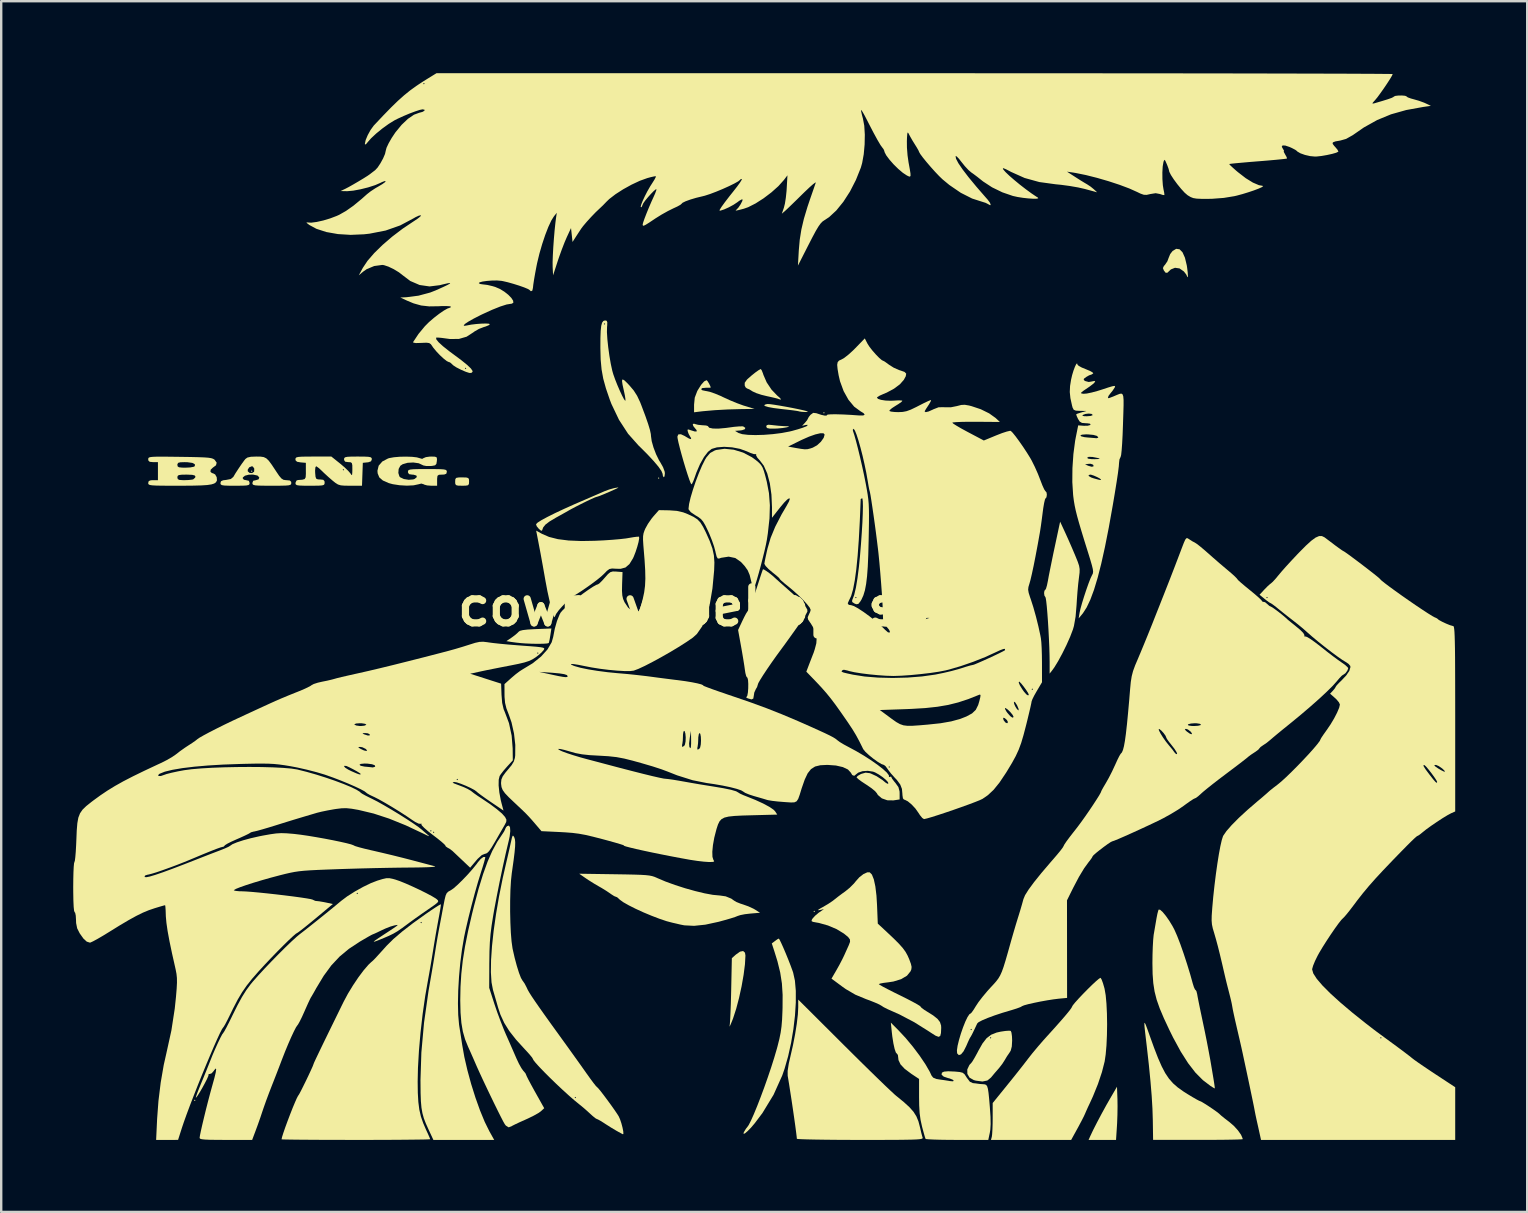
<source format=kicad_pcb>
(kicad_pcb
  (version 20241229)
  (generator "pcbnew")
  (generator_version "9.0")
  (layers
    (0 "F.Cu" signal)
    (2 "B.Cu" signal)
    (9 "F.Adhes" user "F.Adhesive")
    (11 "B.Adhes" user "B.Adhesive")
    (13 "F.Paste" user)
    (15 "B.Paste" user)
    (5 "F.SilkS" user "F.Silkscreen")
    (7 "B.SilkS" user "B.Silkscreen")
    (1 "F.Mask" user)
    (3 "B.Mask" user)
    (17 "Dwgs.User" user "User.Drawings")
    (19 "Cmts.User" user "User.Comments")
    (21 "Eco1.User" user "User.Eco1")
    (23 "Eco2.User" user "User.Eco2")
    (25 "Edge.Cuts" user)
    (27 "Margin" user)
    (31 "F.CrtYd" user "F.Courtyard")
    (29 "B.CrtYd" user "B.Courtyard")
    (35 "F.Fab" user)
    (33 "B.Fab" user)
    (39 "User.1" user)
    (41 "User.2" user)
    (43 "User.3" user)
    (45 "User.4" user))
  (footprint "cowboy_bebop_spike"
    (layer "F.Cu")
    (at 27.483 22.218)
    (property "Reference" "cowboy_bebop_spike" (at 0 0 0) (layer "F.SilkS") (effects (font (size 1.5 1.5) (thickness 0.3))))
    (attr board_only exclude_from_pos_files exclude_from_bom)
    (fp_poly (pts (xy -22.391 20.569) (xy -22.42 20.598) (xy -22.449 20.569) (xy -22.42 20.54)) (stroke (width 0) (type solid)) (fill yes) (layer "F.SilkS"))
    (fp_poly (pts (xy -20.019 -5.641) (xy -20.048 -5.612) (xy -20.077 -5.641) (xy -20.048 -5.67)) (stroke (width 0) (type solid)) (fill yes) (layer "F.SilkS"))
    (fp_poly (pts (xy -3.067 -5.352) (xy -3.095 -5.323) (xy -3.124 -5.352) (xy -3.095 -5.381)) (stroke (width 0) (type solid)) (fill yes) (layer "F.SilkS"))
    (fp_poly (pts (xy 3.414 12.7) (xy 3.385 12.729) (xy 3.356 12.7) (xy 3.385 12.671)) (stroke (width 0) (type solid)) (fill yes) (layer "F.SilkS"))
    (fp_poly (pts (xy 3.819 -8.071) (xy 3.79 -8.042) (xy 3.761 -8.071) (xy 3.79 -8.1)) (stroke (width 0) (type solid)) (fill yes) (layer "F.SilkS"))
    (fp_poly (pts (xy 16.017 20.517) (xy 16.021 20.818) (xy 16.016 21.172) (xy 16.003 21.518) (xy 15.997 21.625) (xy 15.958 22.218) (xy 15.386 22.218) (xy 14.814 22.218) (xy 14.885 22.059) (xy 15.006 21.803) (xy 15.17 21.482) (xy 15.358 21.127) (xy 15.553 20.771) (xy 15.698 20.517) (xy 15.998 20.002)) (stroke (width 0) (type solid)) (fill yes) (layer "F.SilkS"))
    (fp_poly (pts (xy -11.111 -5.377) (xy -11.026 -5.354) (xy -10.996 -5.293) (xy -10.993 -5.207) (xy -10.999 -5.105) (xy -11.038 -5.053) (xy -11.14 -5.036) (xy -11.282 -5.034) (xy -11.454 -5.038) (xy -11.539 -5.061) (xy -11.569 -5.122) (xy -11.572 -5.207) (xy -11.565 -5.31) (xy -11.527 -5.361) (xy -11.425 -5.379) (xy -11.282 -5.381)) (stroke (width 0) (type solid)) (fill yes) (layer "F.SilkS"))
    (fp_poly (pts (xy 1.635 -7.561) (xy 1.657 -7.558) (xy 1.885 -7.533) (xy 2.115 -7.517) (xy 2.163 -7.515) (xy 2.307 -7.509) (xy 2.342 -7.499) (xy 2.279 -7.477) (xy 2.228 -7.464) (xy 2.07 -7.438) (xy 1.856 -7.418) (xy 1.721 -7.413) (xy 1.529 -7.415) (xy 1.427 -7.435) (xy 1.39 -7.48) (xy 1.389 -7.501) (xy 1.407 -7.556) (xy 1.48 -7.575)) (stroke (width 0) (type solid)) (fill yes) (layer "F.SilkS"))
    (fp_poly (pts (xy 0.501 14.419) (xy 0.52 14.537) (xy 0.5 14.901) (xy 0.444 15.339) (xy 0.36 15.817) (xy 0.254 16.301) (xy 0.134 16.758) (xy 0.006 17.152) (xy -0.031 17.248) (xy -0.097 17.408) (xy -0.137 17.491) (xy -0.143 17.485) (xy -0.14 17.473) (xy -0.128 17.375) (xy -0.115 17.18) (xy -0.102 16.906) (xy -0.089 16.572) (xy -0.079 16.196) (xy -0.074 15.988) (xy -0.046 14.647) (xy 0.121 14.498) (xy 0.294 14.375) (xy 0.424 14.349)) (stroke (width 0) (type solid)) (fill yes) (layer "F.SilkS"))
    (fp_poly (pts (xy -7.607 1.194) (xy -7.636 1.367) (xy -7.664 1.489) (xy -7.675 1.519) (xy -7.742 1.537) (xy -7.899 1.548) (xy -8.119 1.552) (xy -8.376 1.548) (xy -8.645 1.536) (xy -8.823 1.523) (xy -9.032 1.501) (xy -9.23 1.474) (xy -9.246 1.472) (xy -9.438 1.44) (xy -9.218 1.291) (xy -9.07 1.181) (xy -8.958 1.081) (xy -8.934 1.054) (xy -8.874 1.011) (xy -8.752 0.98) (xy -8.553 0.957) (xy -8.257 0.941) (xy -8.217 0.939) (xy -7.564 0.913)) (stroke (width 0) (type solid)) (fill yes) (layer "F.SilkS"))
    (fp_poly (pts (xy 1.534 -8.433) (xy 1.711 -8.409) (xy 1.945 -8.371) (xy 2.211 -8.324) (xy 2.483 -8.273) (xy 2.736 -8.221) (xy 2.943 -8.175) (xy 3.08 -8.139) (xy 3.12 -8.122) (xy 3.092 -8.108) (xy 2.995 -8.105) (xy 2.872 -8.112) (xy 2.769 -8.127) (xy 2.746 -8.134) (xy 2.668 -8.15) (xy 2.5 -8.174) (xy 2.266 -8.202) (xy 2.004 -8.231) (xy 1.697 -8.27) (xy 1.473 -8.311) (xy 1.338 -8.352) (xy 1.299 -8.391) (xy 1.365 -8.424) (xy 1.44 -8.438)) (stroke (width 0) (type solid)) (fill yes) (layer "F.SilkS"))
    (fp_poly (pts (xy 18.605 -14.883) (xy 18.728 -14.757) (xy 18.829 -14.531) (xy 18.906 -14.209) (xy 18.919 -14.121) (xy 18.943 -13.926) (xy 18.952 -13.781) (xy 18.946 -13.72) (xy 18.921 -13.736) (xy 18.92 -13.752) (xy 18.884 -13.831) (xy 18.795 -13.946) (xy 18.778 -13.964) (xy 18.604 -14.086) (xy 18.415 -14.113) (xy 18.243 -14.045) (xy 18.197 -14.002) (xy 18.096 -13.906) (xy 18.026 -13.905) (xy 17.953 -13.997) (xy 17.95 -14.002) (xy 17.911 -14.1) (xy 17.952 -14.188) (xy 17.996 -14.235) (xy 18.097 -14.383) (xy 18.147 -14.52) (xy 18.215 -14.685) (xy 18.314 -14.813) (xy 18.465 -14.903)) (stroke (width 0) (type solid)) (fill yes) (layer "F.SilkS"))
    (fp_poly (pts (xy 1.197 -9.844) (xy 1.248 -9.718) (xy 1.27 -9.649) (xy 1.405 -9.339) (xy 1.608 -9.035) (xy 1.844 -8.789) (xy 1.866 -8.771) (xy 1.967 -8.681) (xy 2.001 -8.628) (xy 1.991 -8.622) (xy 1.911 -8.64) (xy 1.905 -8.645) (xy 1.84 -8.667) (xy 1.691 -8.704) (xy 1.486 -8.75) (xy 1.423 -8.763) (xy 1.183 -8.822) (xy 0.969 -8.893) (xy 0.821 -8.961) (xy 0.807 -8.97) (xy 0.681 -9.048) (xy 0.592 -9.084) (xy 0.588 -9.084) (xy 0.526 -9.132) (xy 0.49 -9.207) (xy 0.49 -9.322) (xy 0.577 -9.447) (xy 0.612 -9.482) (xy 0.77 -9.621) (xy 0.932 -9.751) (xy 1.069 -9.848) (xy 1.153 -9.893) (xy 1.159 -9.894)) (stroke (width 0) (type solid)) (fill yes) (layer "F.SilkS"))
    (fp_poly (pts (xy -1.055 -9.386) (xy -0.994 -9.286) (xy -0.942 -9.179) (xy -0.926 -9.122) (xy -0.977 -9.115) (xy -1.102 -9.115) (xy -1.128 -9.115) (xy -1.279 -9.101) (xy -1.328 -9.058) (xy -1.276 -9.01) (xy -1.128 -8.979) (xy -1.114 -8.978) (xy -0.963 -8.946) (xy -0.749 -8.872) (xy -0.508 -8.771) (xy -0.416 -8.727) (xy -0.138 -8.599) (xy 0.165 -8.474) (xy 0.434 -8.376) (xy 0.481 -8.362) (xy 0.897 -8.234) (xy 0.318 -8.226) (xy -0.224 -8.211) (xy -0.759 -8.181) (xy -1.24 -8.139) (xy -1.374 -8.124) (xy -1.62 -8.093) (xy -1.62 -8.413) (xy -1.591 -8.705) (xy -1.489 -8.972) (xy -1.469 -9.009) (xy -1.328 -9.235) (xy -1.2 -9.38) (xy -1.098 -9.431)) (stroke (width 0) (type solid)) (fill yes) (layer "F.SilkS"))
    (fp_poly (pts (xy 11.573 17.677) (xy 11.602 17.749) (xy 11.623 17.901) (xy 11.63 18.076) (xy 11.616 18.327) (xy 11.572 18.496) (xy 11.522 18.579) (xy 11.415 18.735) (xy 11.322 18.891) (xy 11.222 19.048) (xy 11.089 19.22) (xy 11.057 19.257) (xy 10.912 19.423) (xy 10.774 19.589) (xy 10.75 19.618) (xy 10.598 19.743) (xy 10.393 19.785) (xy 10.12 19.749) (xy 10.031 19.725) (xy 9.856 19.625) (xy 9.765 19.469) (xy 9.761 19.283) (xy 9.85 19.095) (xy 9.931 19.008) (xy 9.986 18.931) (xy 10.076 18.779) (xy 10.185 18.58) (xy 10.222 18.507) (xy 10.397 18.198) (xy 10.566 17.981) (xy 10.587 17.965) (xy 10.704 17.965) (xy 10.733 17.994) (xy 10.762 17.965) (xy 10.733 17.936) (xy 10.704 17.965) (xy 10.587 17.965) (xy 10.754 17.837) (xy 10.982 17.746) (xy 11.156 17.707) (xy 11.353 17.678) (xy 11.505 17.668)) (stroke (width 0) (type solid)) (fill yes) (layer "F.SilkS"))
    (fp_poly (pts (xy -4.772 -4.954) (xy -4.847 -4.915) (xy -4.86 -4.909) (xy -5.126 -4.789) (xy -5.363 -4.687) (xy -5.548 -4.612) (xy -5.66 -4.574) (xy -5.678 -4.571) (xy -5.751 -4.546) (xy -5.9 -4.48) (xy -6.101 -4.385) (xy -6.327 -4.273) (xy -6.553 -4.158) (xy -6.753 -4.052) (xy -6.827 -4.01) (xy -6.987 -3.919) (xy -7.198 -3.801) (xy -7.377 -3.702) (xy -7.64 -3.545) (xy -7.812 -3.414) (xy -7.906 -3.296) (xy -7.935 -3.216) (xy -7.959 -3.157) (xy -8.01 -3.172) (xy -8.089 -3.241) (xy -8.176 -3.348) (xy -8.203 -3.432) (xy -8.202 -3.433) (xy -8.137 -3.498) (xy -7.977 -3.6) (xy -7.731 -3.733) (xy -7.413 -3.892) (xy -7.033 -4.07) (xy -6.603 -4.263) (xy -6.422 -4.341) (xy -6.114 -4.474) (xy -5.825 -4.599) (xy -5.579 -4.705) (xy -5.404 -4.781) (xy -5.352 -4.804) (xy -5.151 -4.879) (xy -4.951 -4.934) (xy -4.918 -4.941) (xy -4.793 -4.96)) (stroke (width 0) (type solid)) (fill yes) (layer "F.SilkS"))
    (fp_poly (pts (xy 13.845 -3.07) (xy 13.975 -2.782) (xy 14.12 -2.451) (xy 14.25 -2.145) (xy 14.265 -2.109) (xy 14.361 -1.872) (xy 14.418 -1.704) (xy 14.442 -1.564) (xy 14.439 -1.415) (xy 14.415 -1.218) (xy 14.41 -1.179) (xy 14.381 -0.934) (xy 14.352 -0.62) (xy 14.327 -0.284) (xy 14.314 -0.068) (xy 14.273 0.42) (xy 14.205 0.806) (xy 14.162 0.955) (xy 14.046 1.259) (xy 13.894 1.601) (xy 13.722 1.949) (xy 13.548 2.271) (xy 13.386 2.536) (xy 13.3 2.655) (xy 13.192 2.793) (xy 13.192 2.308) (xy 13.188 2.02) (xy 13.178 1.686) (xy 13.162 1.326) (xy 13.143 0.958) (xy 13.121 0.6) (xy 13.097 0.271) (xy 13.073 -0.012) (xy 13.049 -0.229) (xy 13.028 -0.362) (xy 13.014 -0.395) (xy 12.975 -0.456) (xy 12.961 -0.563) (xy 12.975 -0.66) (xy 13.008 -0.694) (xy 13.041 -0.747) (xy 13.081 -0.884) (xy 13.121 -1.078) (xy 13.122 -1.085) (xy 13.156 -1.272) (xy 13.21 -1.545) (xy 13.277 -1.875) (xy 13.351 -2.235) (xy 13.409 -2.506) (xy 13.629 -3.537)) (stroke (width 0) (type solid)) (fill yes) (layer "F.SilkS"))
    (fp_poly (pts (xy 17.191 17.41) (xy 17.255 17.579) (xy 17.348 17.839) (xy 17.351 17.849) (xy 17.541 18.376) (xy 17.707 18.805) (xy 17.86 19.154) (xy 18.008 19.436) (xy 18.163 19.666) (xy 18.332 19.859) (xy 18.526 20.029) (xy 18.755 20.193) (xy 18.939 20.31) (xy 19.146 20.435) (xy 19.315 20.532) (xy 19.423 20.589) (xy 19.449 20.598) (xy 19.517 20.628) (xy 19.65 20.708) (xy 19.82 20.817) (xy 19.997 20.936) (xy 20.152 21.046) (xy 20.257 21.128) (xy 20.279 21.15) (xy 20.353 21.217) (xy 20.491 21.328) (xy 20.664 21.46) (xy 20.674 21.468) (xy 20.865 21.632) (xy 21.036 21.82) (xy 21.165 22.003) (xy 21.23 22.153) (xy 21.234 22.187) (xy 21.179 22.194) (xy 21.021 22.201) (xy 20.775 22.207) (xy 20.454 22.212) (xy 20.072 22.215) (xy 19.642 22.217) (xy 19.368 22.217) (xy 17.502 22.217) (xy 17.49 21.393) (xy 17.475 20.918) (xy 17.443 20.384) (xy 17.393 19.778) (xy 17.325 19.086) (xy 17.236 18.297) (xy 17.21 18.078) (xy 17.169 17.73) (xy 17.144 17.494) (xy 17.138 17.364) (xy 17.152 17.337)) (stroke (width 0) (type solid)) (fill yes) (layer "F.SilkS"))
    (fp_poly (pts (xy 1.944 13.879) (xy 2.01 14.014) (xy 2.099 14.212) (xy 2.2 14.449) (xy 2.304 14.704) (xy 2.401 14.953) (xy 2.482 15.174) (xy 2.507 15.246) (xy 2.581 15.582) (xy 2.618 16.006) (xy 2.618 16.497) (xy 2.584 17.036) (xy 2.518 17.601) (xy 2.422 18.173) (xy 2.299 18.731) (xy 2.15 19.254) (xy 2.055 19.529) (xy 1.693 20.334) (xy 1.229 21.097) (xy 0.905 21.527) (xy 0.748 21.711) (xy 0.61 21.852) (xy 0.506 21.941) (xy 0.446 21.968) (xy 0.443 21.924) (xy 0.475 21.86) (xy 0.543 21.749) (xy 0.585 21.697) (xy 0.654 21.601) (xy 0.751 21.411) (xy 0.871 21.143) (xy 1.007 20.813) (xy 1.153 20.436) (xy 1.304 20.03) (xy 1.452 19.61) (xy 1.593 19.193) (xy 1.719 18.794) (xy 1.826 18.43) (xy 1.858 18.312) (xy 1.934 18.009) (xy 1.987 17.747) (xy 2.023 17.49) (xy 2.047 17.203) (xy 2.062 16.847) (xy 2.066 16.721) (xy 2.069 16.175) (xy 2.039 15.698) (xy 1.969 15.247) (xy 1.854 14.778) (xy 1.731 14.379) (xy 1.618 14.033) (xy 1.749 13.932) (xy 1.853 13.858) (xy 1.909 13.83)) (stroke (width 0) (type solid)) (fill yes) (layer "F.SilkS"))
    (fp_poly (pts (xy 4.614 18.261) (xy 5.012 18.656) (xy 5.393 19.033) (xy 5.75 19.383) (xy 6.071 19.695) (xy 6.347 19.962) (xy 6.569 20.172) (xy 6.726 20.318) (xy 6.798 20.38) (xy 7.115 20.639) (xy 7.351 20.854) (xy 7.521 21.046) (xy 7.641 21.237) (xy 7.727 21.446) (xy 7.792 21.694) (xy 7.801 21.732) (xy 7.844 21.919) (xy 7.885 22.071) (xy 7.9 22.117) (xy 7.904 22.14) (xy 7.889 22.16) (xy 7.845 22.176) (xy 7.764 22.189) (xy 7.634 22.199) (xy 7.447 22.206) (xy 7.193 22.211) (xy 6.861 22.215) (xy 6.444 22.217) (xy 5.93 22.218) (xy 5.31 22.218) (xy 5.3 22.218) (xy 4.76 22.217) (xy 4.257 22.214) (xy 3.803 22.209) (xy 3.409 22.203) (xy 3.086 22.196) (xy 2.847 22.188) (xy 2.702 22.179) (xy 2.662 22.171) (xy 2.653 22.072) (xy 2.629 21.88) (xy 2.594 21.614) (xy 2.549 21.295) (xy 2.498 20.943) (xy 2.444 20.579) (xy 2.389 20.223) (xy 2.338 19.895) (xy 2.292 19.615) (xy 2.28 19.549) (xy 2.278 19.344) (xy 2.326 19.036) (xy 2.394 18.739) (xy 2.499 18.281) (xy 2.589 17.817) (xy 2.659 17.378) (xy 2.704 16.991) (xy 2.719 16.692) (xy 2.719 16.372)) (stroke (width 0) (type solid)) (fill yes) (layer "F.SilkS"))
    (fp_poly (pts (xy 15.315 15.466) (xy 15.358 15.538) (xy 15.415 15.692) (xy 15.474 15.896) (xy 15.481 15.925) (xy 15.527 16.19) (xy 15.559 16.542) (xy 15.579 16.954) (xy 15.586 17.399) (xy 15.579 17.85) (xy 15.56 18.278) (xy 15.527 18.656) (xy 15.484 18.949) (xy 15.371 19.392) (xy 15.204 19.891) (xy 14.995 20.406) (xy 14.881 20.656) (xy 14.787 20.855) (xy 14.707 21.034) (xy 14.669 21.123) (xy 14.615 21.241) (xy 14.52 21.426) (xy 14.402 21.648) (xy 14.349 21.745) (xy 14.089 22.218) (xy 12.418 22.218) (xy 10.748 22.218) (xy 10.783 22.088) (xy 10.797 21.978) (xy 10.809 21.782) (xy 10.817 21.531) (xy 10.819 21.319) (xy 10.82 20.681) (xy 11.405 19.959) (xy 11.636 19.673) (xy 11.87 19.38) (xy 12.084 19.108) (xy 12.255 18.887) (xy 12.302 18.825) (xy 12.479 18.6) (xy 12.702 18.333) (xy 12.935 18.064) (xy 13.062 17.923) (xy 13.39 17.561) (xy 13.665 17.251) (xy 13.88 17.001) (xy 14.029 16.818) (xy 14.107 16.707) (xy 14.118 16.681) (xy 14.156 16.613) (xy 14.258 16.487) (xy 14.408 16.321) (xy 14.587 16.132) (xy 14.778 15.938) (xy 14.963 15.756) (xy 15.126 15.605) (xy 15.248 15.502) (xy 15.312 15.465)) (stroke (width 0) (type solid)) (fill yes) (layer "F.SilkS"))
    (fp_poly (pts (xy -7.961 -3.032) (xy -7.66 -2.901) (xy -7.292 -2.808) (xy -6.847 -2.752) (xy -6.312 -2.73) (xy -5.758 -2.74) (xy -5.394 -2.757) (xy -5.035 -2.781) (xy -4.712 -2.809) (xy -4.457 -2.838) (xy -4.355 -2.855) (xy -4.149 -2.89) (xy -3.992 -2.91) (xy -3.915 -2.911) (xy -3.912 -2.909) (xy -3.907 -2.836) (xy -3.934 -2.685) (xy -3.987 -2.489) (xy -4.055 -2.279) (xy -4.13 -2.086) (xy -4.165 -2.009) (xy -4.313 -1.769) (xy -4.477 -1.628) (xy -4.682 -1.572) (xy -4.869 -1.576) (xy -5.036 -1.586) (xy -5.148 -1.563) (xy -5.252 -1.487) (xy -5.369 -1.366) (xy -5.489 -1.254) (xy -5.667 -1.109) (xy -5.882 -0.948) (xy -6.112 -0.784) (xy -6.337 -0.631) (xy -6.536 -0.505) (xy -6.688 -0.42) (xy -6.771 -0.39) (xy -6.775 -0.391) (xy -6.818 -0.372) (xy -6.817 -0.362) (xy -6.85 -0.302) (xy -6.945 -0.186) (xy -7.084 -0.037) (xy -7.102 -0.02) (xy -7.251 0.147) (xy -7.364 0.302) (xy -7.415 0.411) (xy -7.416 0.414) (xy -7.438 0.448) (xy -7.478 0.367) (xy -7.536 0.174) (xy -7.641 -0.239) (xy -7.729 -0.639) (xy -7.812 -1.08) (xy -7.841 -1.244) (xy -7.921 -1.697) (xy -8.015 -2.213) (xy -8.116 -2.743) (xy -8.146 -2.898) (xy -8.198 -3.164)) (stroke (width 0) (type solid)) (fill yes) (layer "F.SilkS"))
    (fp_poly (pts (xy 0.034 -6.534) (xy 0.423 -6.414) (xy 0.789 -6.222) (xy 0.96 -6.097) (xy 1.081 -5.994) (xy 1.168 -5.901) (xy 1.233 -5.793) (xy 1.29 -5.645) (xy 1.351 -5.43) (xy 1.41 -5.198) (xy 1.5 -4.724) (xy 1.538 -4.222) (xy 1.522 -3.671) (xy 1.453 -3.048) (xy 1.412 -2.777) (xy 1.373 -2.576) (xy 1.313 -2.312) (xy 1.238 -2.01) (xy 1.157 -1.694) (xy 1.073 -1.388) (xy 0.996 -1.118) (xy 0.93 -0.907) (xy 0.882 -0.78) (xy 0.876 -0.768) (xy 0.842 -0.775) (xy 0.8 -0.884) (xy 0.758 -1.063) (xy 0.696 -1.317) (xy 0.613 -1.512) (xy 0.484 -1.693) (xy 0.332 -1.859) (xy 0.098 -2.022) (xy -0.178 -2.08) (xy -0.489 -2.032) (xy -0.58 -2) (xy -0.635 -2.005) (xy -0.68 -2.083) (xy -0.723 -2.254) (xy -0.732 -2.299) (xy -0.788 -2.507) (xy -0.88 -2.771) (xy -0.991 -3.045) (xy -1.031 -3.133) (xy -1.147 -3.374) (xy -1.242 -3.537) (xy -1.336 -3.648) (xy -1.451 -3.735) (xy -1.558 -3.798) (xy -1.758 -3.933) (xy -1.847 -4.047) (xy -1.851 -4.075) (xy -1.828 -4.271) (xy -1.764 -4.544) (xy -1.668 -4.867) (xy -1.551 -5.214) (xy -1.421 -5.556) (xy -1.289 -5.867) (xy -1.163 -6.12) (xy -1.104 -6.217) (xy -0.951 -6.397) (xy -0.757 -6.503) (xy -0.694 -6.524) (xy -0.348 -6.573)) (stroke (width 0) (type solid)) (fill yes) (layer "F.SilkS"))
    (fp_poly (pts (xy 17.797 12.632) (xy 17.901 12.725) (xy 18.03 12.881) (xy 18.17 13.08) (xy 18.307 13.304) (xy 18.391 13.463) (xy 18.504 13.72) (xy 18.637 14.063) (xy 18.778 14.466) (xy 18.92 14.901) (xy 19.054 15.341) (xy 19.152 15.694) (xy 19.202 15.853) (xy 19.248 15.952) (xy 19.268 15.969) (xy 19.306 16.02) (xy 19.338 16.142) (xy 19.34 16.157) (xy 19.361 16.276) (xy 19.402 16.484) (xy 19.458 16.759) (xy 19.525 17.077) (xy 19.575 17.315) (xy 19.657 17.705) (xy 19.741 18.123) (xy 19.818 18.527) (xy 19.883 18.876) (xy 19.903 18.993) (xy 19.967 19.372) (xy 20.014 19.651) (xy 20.045 19.846) (xy 20.063 19.971) (xy 20.071 20.04) (xy 20.07 20.069) (xy 20.065 20.073) (xy 20.01 20.042) (xy 19.9 19.973) (xy 19.896 19.971) (xy 19.575 19.727) (xy 19.265 19.414) (xy 18.961 19.021) (xy 18.654 18.539) (xy 18.338 17.958) (xy 18.176 17.63) (xy 17.951 17.149) (xy 17.778 16.74) (xy 17.651 16.379) (xy 17.564 16.037) (xy 17.51 15.69) (xy 17.482 15.31) (xy 17.474 14.871) (xy 17.474 14.832) (xy 17.478 14.496) (xy 17.489 14.171) (xy 17.505 13.888) (xy 17.525 13.681) (xy 17.532 13.64) (xy 17.577 13.379) (xy 17.625 13.098) (xy 17.645 12.981) (xy 17.681 12.798) (xy 17.716 12.666) (xy 17.735 12.622)) (stroke (width 0) (type solid)) (fill yes) (layer "F.SilkS"))
    (fp_poly (pts (xy -4.924 11.151) (xy -4.469 11.158) (xy -4.113 11.166) (xy -3.841 11.175) (xy -3.637 11.187) (xy -3.485 11.204) (xy -3.369 11.227) (xy -3.273 11.257) (xy -3.18 11.296) (xy -3.153 11.309) (xy -2.811 11.454) (xy -2.416 11.598) (xy -1.995 11.733) (xy -1.574 11.851) (xy -1.18 11.946) (xy -0.837 12.009) (xy -0.572 12.034) (xy -0.555 12.035) (xy -0.304 12.071) (xy -0.07 12.166) (xy 0.047 12.25) (xy 0.144 12.307) (xy 0.308 12.373) (xy 0.423 12.41) (xy 0.642 12.488) (xy 0.851 12.584) (xy 0.926 12.627) (xy 1.128 12.755) (xy 0.723 12.789) (xy 0.5 12.815) (xy 0.31 12.852) (xy 0.196 12.889) (xy 0.093 12.93) (xy -0.094 12.99) (xy -0.34 13.061) (xy -0.599 13.132) (xy -1.149 13.251) (xy -1.621 13.3) (xy -2.027 13.279) (xy -2.199 13.245) (xy -2.371 13.204) (xy -2.512 13.172) (xy -2.518 13.171) (xy -2.764 13.106) (xy -3.063 13.005) (xy -3.392 12.879) (xy -3.73 12.738) (xy -4.053 12.59) (xy -4.339 12.446) (xy -4.567 12.317) (xy -4.715 12.21) (xy -4.741 12.184) (xy -4.827 12.108) (xy -4.871 12.092) (xy -4.949 12.061) (xy -5.074 11.981) (xy -5.11 11.955) (xy -5.274 11.844) (xy -5.477 11.719) (xy -5.567 11.668) (xy -5.781 11.543) (xy -6.015 11.396) (xy -6.123 11.324) (xy -6.405 11.129)) (stroke (width 0) (type solid)) (fill yes) (layer "F.SilkS"))
    (fp_poly (pts (xy 1.303 -1.537) (xy 1.412 -1.467) (xy 1.548 -1.367) (xy 1.679 -1.259) (xy 1.745 -1.198) (xy 1.817 -1.132) (xy 1.956 -1.008) (xy 2.143 -0.842) (xy 2.358 -0.652) (xy 2.372 -0.64) (xy 2.594 -0.44) (xy 2.791 -0.252) (xy 2.943 -0.096) (xy 3.028 0.007) (xy 3.029 0.007) (xy 3.097 0.126) (xy 3.1 0.211) (xy 3.039 0.325) (xy 3.029 0.342) (xy 2.949 0.461) (xy 2.819 0.649) (xy 2.655 0.883) (xy 2.474 1.137) (xy 2.294 1.389) (xy 2.132 1.613) (xy 2.025 1.758) (xy 1.816 2.043) (xy 1.611 2.332) (xy 1.421 2.609) (xy 1.258 2.855) (xy 1.133 3.054) (xy 1.057 3.189) (xy 1.04 3.237) (xy 1.005 3.352) (xy 0.953 3.439) (xy 0.888 3.583) (xy 0.868 3.714) (xy 0.847 3.834) (xy 0.771 3.868) (xy 0.622 3.825) (xy 0.608 3.819) (xy 0.545 3.779) (xy 0.564 3.765) (xy 0.598 3.712) (xy 0.623 3.579) (xy 0.636 3.403) (xy 0.638 3.219) (xy 0.628 3.061) (xy 0.604 2.965) (xy 0.586 2.951) (xy 0.552 2.899) (xy 0.517 2.765) (xy 0.499 2.647) (xy 0.473 2.465) (xy 0.432 2.207) (xy 0.382 1.909) (xy 0.338 1.66) (xy 0.214 0.976) (xy 0.382 0.618) (xy 0.471 0.434) (xy 0.544 0.295) (xy 0.585 0.231) (xy 0.585 0.231) (xy 0.641 0.145) (xy 0.723 -0.036) (xy 0.824 -0.293) (xy 0.936 -0.608) (xy 1.04 -0.926) (xy 1.119 -1.173) (xy 1.186 -1.376) (xy 1.233 -1.511) (xy 1.251 -1.556)) (stroke (width 0) (type solid)) (fill yes) (layer "F.SilkS"))
    (fp_poly (pts (xy -10.319 10.433) (xy -10.318 10.434) (xy -10.326 10.494) (xy -10.365 10.642) (xy -10.428 10.853) (xy -10.5 11.081) (xy -10.621 11.472) (xy -10.754 11.94) (xy -10.889 12.448) (xy -11.017 12.957) (xy -11.128 13.431) (xy -11.2 13.77) (xy -11.288 14.288) (xy -11.36 14.848) (xy -11.412 15.426) (xy -11.445 15.996) (xy -11.456 16.534) (xy -11.445 17.014) (xy -11.41 17.414) (xy -11.397 17.502) (xy -11.356 17.753) (xy -11.311 18.046) (xy -11.28 18.254) (xy -11.19 18.762) (xy -11.062 19.316) (xy -10.905 19.891) (xy -10.726 20.46) (xy -10.535 20.994) (xy -10.34 21.468) (xy -10.149 21.854) (xy -10.148 21.856) (xy -9.946 22.218) (xy -11.213 22.218) (xy -12.479 22.218) (xy -12.688 21.769) (xy -12.796 21.528) (xy -12.878 21.314) (xy -12.936 21.103) (xy -12.976 20.874) (xy -13 20.602) (xy -13.012 20.266) (xy -13.016 19.842) (xy -13.017 19.73) (xy -12.98 18.577) (xy -12.869 17.338) (xy -12.682 16.014) (xy -12.584 15.448) (xy -12.54 15.194) (xy -12.486 14.877) (xy -12.433 14.55) (xy -12.41 14.407) (xy -12.361 14.098) (xy -12.307 13.78) (xy -12.257 13.502) (xy -12.237 13.394) (xy -12.189 13.142) (xy -12.13 12.833) (xy -12.073 12.524) (xy -12.059 12.453) (xy -12.01 12.201) (xy -11.969 12.038) (xy -11.924 11.939) (xy -11.862 11.877) (xy -11.772 11.827) (xy -11.762 11.822) (xy -11.64 11.739) (xy -11.467 11.587) (xy -11.264 11.388) (xy -11.05 11.164) (xy -10.849 10.936) (xy -10.679 10.727) (xy -10.627 10.654) (xy -10.506 10.512) (xy -10.395 10.432)) (stroke (width 0) (type solid)) (fill yes) (layer "F.SilkS"))
    (fp_poly (pts (xy -5.261 -11.905) (xy -5.235 -11.844) (xy -5.239 -11.707) (xy -5.245 -11.644) (xy -5.25 -11.432) (xy -5.232 -11.14) (xy -5.196 -10.801) (xy -5.147 -10.446) (xy -5.089 -10.108) (xy -5.026 -9.82) (xy -4.985 -9.678) (xy -4.907 -9.458) (xy -4.813 -9.222) (xy -4.714 -8.993) (xy -4.621 -8.794) (xy -4.544 -8.647) (xy -4.493 -8.576) (xy -4.482 -8.575) (xy -4.479 -8.642) (xy -4.501 -8.789) (xy -4.54 -8.974) (xy -4.599 -9.24) (xy -4.622 -9.401) (xy -4.602 -9.463) (xy -4.534 -9.433) (xy -4.412 -9.317) (xy -4.317 -9.217) (xy -4.133 -9) (xy -3.991 -8.777) (xy -3.863 -8.505) (xy -3.807 -8.361) (xy -3.648 -7.938) (xy -3.534 -7.609) (xy -3.459 -7.362) (xy -3.421 -7.186) (xy -3.414 -7.1) (xy -3.385 -6.891) (xy -3.31 -6.626) (xy -3.203 -6.346) (xy -3.079 -6.093) (xy -3.016 -5.991) (xy -2.911 -5.803) (xy -2.846 -5.627) (xy -2.835 -5.552) (xy -2.852 -5.42) (xy -2.888 -5.386) (xy -2.921 -5.454) (xy -2.93 -5.529) (xy -2.978 -5.645) (xy -3.103 -5.825) (xy -3.298 -6.057) (xy -3.553 -6.331) (xy -3.857 -6.636) (xy -3.936 -6.712) (xy -4.37 -7.2) (xy -4.748 -7.781) (xy -5.062 -8.439) (xy -5.132 -8.621) (xy -5.291 -9.086) (xy -5.403 -9.491) (xy -5.473 -9.879) (xy -5.511 -10.291) (xy -5.523 -10.769) (xy -5.523 -10.791) (xy -5.521 -11.19) (xy -5.51 -11.486) (xy -5.487 -11.694) (xy -5.466 -11.774) (xy -5.381 -11.774) (xy -5.352 -11.745) (xy -5.323 -11.774) (xy -5.352 -11.803) (xy -5.381 -11.774) (xy -5.466 -11.774) (xy -5.451 -11.827) (xy -5.4 -11.897) (xy -5.33 -11.919) (xy -5.326 -11.919)) (stroke (width 0) (type solid)) (fill yes) (layer "F.SilkS"))
    (fp_poly (pts (xy 6.892 17.649) (xy 7.194 17.973) (xy 7.494 18.333) (xy 7.774 18.705) (xy 8.015 19.062) (xy 8.199 19.38) (xy 8.273 19.538) (xy 8.342 19.625) (xy 8.475 19.679) (xy 8.604 19.701) (xy 8.807 19.729) (xy 8.99 19.758) (xy 9.04 19.767) (xy 9.166 19.777) (xy 9.199 19.752) (xy 9.149 19.707) (xy 9.026 19.658) (xy 8.954 19.64) (xy 8.78 19.581) (xy 8.695 19.505) (xy 8.691 19.491) (xy 8.705 19.416) (xy 8.793 19.373) (xy 8.966 19.358) (xy 9.239 19.37) (xy 9.245 19.37) (xy 9.447 19.389) (xy 9.569 19.42) (xy 9.648 19.483) (xy 9.722 19.595) (xy 9.737 19.621) (xy 9.869 19.794) (xy 9.995 19.852) (xy 10.125 19.865) (xy 10.183 19.874) (xy 10.28 19.887) (xy 10.411 19.896) (xy 10.489 19.903) (xy 10.547 19.926) (xy 10.589 19.983) (xy 10.621 20.089) (xy 10.647 20.262) (xy 10.673 20.517) (xy 10.702 20.864) (xy 10.729 21.258) (xy 10.735 21.56) (xy 10.721 21.792) (xy 10.7 21.92) (xy 10.636 22.218) (xy 9.343 22.218) (xy 8.968 22.216) (xy 8.634 22.211) (xy 8.356 22.203) (xy 8.153 22.192) (xy 8.04 22.181) (xy 8.024 22.174) (xy 7.998 22.102) (xy 7.953 21.946) (xy 7.896 21.736) (xy 7.875 21.655) (xy 7.815 21.383) (xy 7.777 21.105) (xy 7.758 20.782) (xy 7.753 20.429) (xy 7.753 19.678) (xy 7.434 19.467) (xy 7.157 19.26) (xy 6.981 19.073) (xy 6.896 18.894) (xy 6.885 18.796) (xy 6.87 18.678) (xy 6.834 18.631) (xy 6.786 18.576) (xy 6.734 18.426) (xy 6.684 18.199) (xy 6.639 17.915) (xy 6.618 17.735) (xy 6.577 17.332)) (stroke (width 0) (type solid)) (fill yes) (layer "F.SilkS"))
    (fp_poly (pts (xy -12.413 -6.244) (xy -12.342 -6.215) (xy -12.329 -6.138) (xy -12.335 -6.061) (xy -12.355 -5.942) (xy -12.41 -5.884) (xy -12.532 -5.86) (xy -12.603 -5.855) (xy -12.773 -5.855) (xy -12.898 -5.879) (xy -12.921 -5.891) (xy -13.091 -5.97) (xy -13.317 -6.002) (xy -13.554 -5.989) (xy -13.757 -5.931) (xy -13.855 -5.866) (xy -13.926 -5.733) (xy -13.939 -5.566) (xy -13.895 -5.423) (xy -13.862 -5.385) (xy -13.71 -5.313) (xy -13.509 -5.281) (xy -13.321 -5.296) (xy -13.256 -5.32) (xy -13.168 -5.395) (xy -13.187 -5.458) (xy -13.303 -5.493) (xy -13.369 -5.497) (xy -13.494 -5.516) (xy -13.538 -5.586) (xy -13.539 -5.612) (xy -13.533 -5.658) (xy -13.503 -5.69) (xy -13.432 -5.71) (xy -13.301 -5.722) (xy -13.092 -5.727) (xy -12.789 -5.728) (xy -12.729 -5.728) (xy -12.408 -5.727) (xy -12.186 -5.723) (xy -12.043 -5.713) (xy -11.963 -5.694) (xy -11.928 -5.664) (xy -11.919 -5.621) (xy -11.919 -5.612) (xy -11.942 -5.533) (xy -12.03 -5.5) (xy -12.121 -5.497) (xy -12.251 -5.49) (xy -12.309 -5.446) (xy -12.323 -5.333) (xy -12.324 -5.265) (xy -12.324 -5.034) (xy -12.573 -5.034) (xy -12.74 -5.047) (xy -12.86 -5.08) (xy -12.882 -5.094) (xy -12.981 -5.124) (xy -13.099 -5.094) (xy -13.306 -5.05) (xy -13.582 -5.037) (xy -13.885 -5.054) (xy -14.172 -5.098) (xy -14.337 -5.143) (xy -14.584 -5.252) (xy -14.733 -5.381) (xy -14.801 -5.55) (xy -14.81 -5.658) (xy -14.758 -5.869) (xy -14.606 -6.044) (xy -14.369 -6.169) (xy -14.313 -6.186) (xy -14.124 -6.22) (xy -13.879 -6.241) (xy -13.615 -6.246) (xy -13.366 -6.238) (xy -13.168 -6.215) (xy -13.066 -6.186) (xy -12.947 -6.152) (xy -12.885 -6.186) (xy -12.791 -6.225) (xy -12.633 -6.247) (xy -12.569 -6.249)) (stroke (width 0) (type solid)) (fill yes) (layer "F.SilkS"))
    (fp_poly (pts (xy -19.678 -6.246) (xy -19.547 -6.227) (xy -19.441 -6.176) (xy -19.338 -6.078) (xy -19.218 -5.916) (xy -19.058 -5.676) (xy -19.033 -5.637) (xy -18.904 -5.446) (xy -18.809 -5.335) (xy -18.724 -5.281) (xy -18.625 -5.266) (xy -18.595 -5.265) (xy -18.458 -5.251) (xy -18.404 -5.197) (xy -18.399 -5.149) (xy -18.405 -5.104) (xy -18.435 -5.072) (xy -18.507 -5.051) (xy -18.637 -5.04) (xy -18.846 -5.035) (xy -19.149 -5.034) (xy -19.209 -5.034) (xy -19.53 -5.035) (xy -19.752 -5.039) (xy -19.895 -5.049) (xy -19.975 -5.068) (xy -20.01 -5.098) (xy -20.019 -5.141) (xy -20.019 -5.149) (xy -19.985 -5.24) (xy -19.874 -5.265) (xy -19.762 -5.299) (xy -19.731 -5.373) (xy -19.792 -5.448) (xy -19.821 -5.461) (xy -19.995 -5.499) (xy -20.176 -5.493) (xy -20.328 -5.452) (xy -20.415 -5.381) (xy -20.424 -5.346) (xy -20.374 -5.283) (xy -20.279 -5.265) (xy -20.166 -5.238) (xy -20.135 -5.149) (xy -20.142 -5.098) (xy -20.179 -5.064) (xy -20.265 -5.045) (xy -20.42 -5.036) (xy -20.666 -5.034) (xy -20.742 -5.034) (xy -21.014 -5.035) (xy -21.19 -5.042) (xy -21.291 -5.059) (xy -21.337 -5.089) (xy -21.35 -5.135) (xy -21.35 -5.146) (xy -21.327 -5.221) (xy -21.238 -5.261) (xy -21.11 -5.276) (xy -20.918 -5.314) (xy -20.814 -5.4) (xy -20.808 -5.41) (xy -20.724 -5.552) (xy -20.626 -5.702) (xy -20.214 -5.702) (xy -20.211 -5.634) (xy -20.137 -5.568) (xy -20.03 -5.561) (xy -19.951 -5.615) (xy -19.946 -5.627) (xy -19.941 -5.748) (xy -19.999 -5.832) (xy -20.043 -5.844) (xy -20.152 -5.8) (xy -20.214 -5.702) (xy -20.626 -5.702) (xy -20.6 -5.742) (xy -20.467 -5.938) (xy -20.352 -6.096) (xy -20.311 -6.147) (xy -20.226 -6.208) (xy -20.083 -6.24) (xy -19.855 -6.249) (xy -19.854 -6.249)) (stroke (width 0) (type solid)) (fill yes) (layer "F.SilkS"))
    (fp_poly (pts (xy -9.287 9.198) (xy -9.277 9.352) (xy -9.301 9.57) (xy -9.335 9.732) (xy -9.46 10.261) (xy -9.592 10.858) (xy -9.723 11.481) (xy -9.844 12.091) (xy -9.949 12.648) (xy -9.988 12.874) (xy -10.053 13.283) (xy -10.098 13.64) (xy -10.127 13.986) (xy -10.143 14.362) (xy -10.149 14.811) (xy -10.15 14.841) (xy -10.154 15.882) (xy -9.938 16.552) (xy -9.821 16.896) (xy -9.679 17.277) (xy -9.536 17.639) (xy -9.457 17.825) (xy -9.326 18.12) (xy -9.192 18.427) (xy -9.073 18.7) (xy -9.015 18.833) (xy -8.915 19.045) (xy -8.815 19.224) (xy -8.736 19.336) (xy -8.73 19.342) (xy -8.648 19.437) (xy -8.621 19.494) (xy -8.594 19.56) (xy -8.521 19.707) (xy -8.411 19.913) (xy -8.276 20.16) (xy -8.242 20.22) (xy -7.863 20.897) (xy -8.001 21.025) (xy -8.114 21.104) (xy -8.302 21.209) (xy -8.534 21.323) (xy -8.655 21.378) (xy -8.882 21.479) (xy -9.071 21.568) (xy -9.194 21.63) (xy -9.226 21.65) (xy -9.344 21.694) (xy -9.46 21.622) (xy -9.507 21.56) (xy -9.567 21.455) (xy -9.665 21.265) (xy -9.794 21.008) (xy -9.943 20.705) (xy -10.103 20.375) (xy -10.264 20.038) (xy -10.418 19.712) (xy -10.554 19.418) (xy -10.664 19.175) (xy -10.702 19.088) (xy -10.814 18.831) (xy -10.93 18.567) (xy -11.027 18.352) (xy -11.029 18.349) (xy -11.158 18.03) (xy -11.252 17.703) (xy -11.313 17.342) (xy -11.348 16.92) (xy -11.36 16.41) (xy -11.36 16.403) (xy -11.35 15.844) (xy -11.316 15.299) (xy -11.255 14.746) (xy -11.162 14.162) (xy -11.035 13.524) (xy -10.871 12.811) (xy -10.786 12.469) (xy -10.596 11.756) (xy -10.409 11.146) (xy -10.221 10.626) (xy -10.027 10.182) (xy -9.821 9.802) (xy -9.624 9.507) (xy -9.538 9.376) (xy -9.491 9.282) (xy -9.489 9.268) (xy -9.449 9.189) (xy -9.404 9.144) (xy -9.33 9.123)) (stroke (width 0) (type solid)) (fill yes) (layer "F.SilkS"))
    (fp_poly (pts (xy -23.513 -6.243) (xy -23.105 -6.238) (xy -23.034 -6.237) (xy -22.604 -6.231) (xy -22.274 -6.223) (xy -22.031 -6.214) (xy -21.857 -6.201) (xy -21.739 -6.183) (xy -21.661 -6.158) (xy -21.607 -6.127) (xy -21.591 -6.113) (xy -21.507 -5.994) (xy -21.535 -5.885) (xy -21.667 -5.787) (xy -21.756 -5.702) (xy -21.766 -5.613) (xy -21.699 -5.558) (xy -21.664 -5.554) (xy -21.571 -5.505) (xy -21.506 -5.39) (xy -21.495 -5.261) (xy -21.503 -5.236) (xy -21.541 -5.173) (xy -21.611 -5.125) (xy -21.727 -5.089) (xy -21.9 -5.063) (xy -22.145 -5.047) (xy -22.474 -5.038) (xy -22.901 -5.034) (xy -23.089 -5.034) (xy -23.504 -5.034) (xy -23.816 -5.036) (xy -24.042 -5.041) (xy -24.194 -5.05) (xy -24.288 -5.065) (xy -24.337 -5.087) (xy -24.356 -5.116) (xy -24.359 -5.149) (xy -24.336 -5.229) (xy -24.247 -5.261) (xy -24.156 -5.265) (xy -23.954 -5.265) (xy -23.954 -5.381) (xy -23.144 -5.381) (xy -23.128 -5.311) (xy -23.062 -5.276) (xy -22.918 -5.266) (xy -22.859 -5.265) (xy -22.672 -5.272) (xy -22.525 -5.289) (xy -22.483 -5.3) (xy -22.403 -5.372) (xy -22.391 -5.416) (xy -22.423 -5.462) (xy -22.529 -5.488) (xy -22.73 -5.496) (xy -22.767 -5.497) (xy -22.971 -5.493) (xy -23.084 -5.477) (xy -23.133 -5.441) (xy -23.144 -5.381) (xy -23.954 -5.381) (xy -23.954 -5.641) (xy -23.954 -5.902) (xy -23.144 -5.902) (xy -23.131 -5.837) (xy -23.075 -5.802) (xy -22.949 -5.788) (xy -22.8 -5.786) (xy -22.609 -5.796) (xy -22.468 -5.822) (xy -22.416 -5.85) (xy -22.416 -5.929) (xy -22.522 -5.985) (xy -22.725 -6.013) (xy -22.84 -6.016) (xy -23.018 -6.011) (xy -23.11 -5.988) (xy -23.141 -5.936) (xy -23.144 -5.902) (xy -23.954 -5.902) (xy -23.954 -6.017) (xy -24.156 -6.017) (xy -24.295 -6.03) (xy -24.351 -6.08) (xy -24.359 -6.136) (xy -24.355 -6.174) (xy -24.336 -6.203) (xy -24.287 -6.223) (xy -24.194 -6.236) (xy -24.043 -6.243) (xy -23.821 -6.245)) (stroke (width 0) (type solid)) (fill yes) (layer "F.SilkS"))
    (fp_poly (pts (xy -16.363 -5.956) (xy -16.181 -5.801) (xy -16.03 -5.657) (xy -15.937 -5.55) (xy -15.928 -5.536) (xy -15.887 -5.476) (xy -15.866 -5.492) (xy -15.857 -5.599) (xy -15.855 -5.714) (xy -15.857 -5.89) (xy -15.878 -5.98) (xy -15.933 -6.013) (xy -16.027 -6.017) (xy -16.154 -6.035) (xy -16.199 -6.103) (xy -16.2 -6.133) (xy -16.193 -6.186) (xy -16.155 -6.219) (xy -16.066 -6.238) (xy -15.906 -6.247) (xy -15.653 -6.249) (xy -15.622 -6.249) (xy -15.358 -6.247) (xy -15.189 -6.239) (xy -15.095 -6.221) (xy -15.053 -6.189) (xy -15.043 -6.139) (xy -15.043 -6.137) (xy -15.076 -6.052) (xy -15.19 -6.011) (xy -15.231 -6.007) (xy -15.419 -5.988) (xy -15.436 -5.511) (xy -15.453 -5.034) (xy -15.937 -5.034) (xy -16.177 -5.036) (xy -16.338 -5.05) (xy -16.455 -5.086) (xy -16.563 -5.154) (xy -16.672 -5.241) (xy -16.859 -5.403) (xy -17.046 -5.575) (xy -17.118 -5.646) (xy -17.175 -5.699) (xy -16.258 -5.699) (xy -16.229 -5.67) (xy -16.2 -5.699) (xy -16.229 -5.728) (xy -16.258 -5.699) (xy -17.175 -5.699) (xy -17.243 -5.763) (xy -17.34 -5.833) (xy -17.367 -5.844) (xy -17.396 -5.792) (xy -17.407 -5.661) (xy -17.404 -5.569) (xy -17.389 -5.403) (xy -17.356 -5.323) (xy -17.283 -5.297) (xy -17.199 -5.295) (xy -17.067 -5.281) (xy -17.016 -5.225) (xy -17.01 -5.164) (xy -17.015 -5.106) (xy -17.044 -5.069) (xy -17.117 -5.047) (xy -17.255 -5.037) (xy -17.478 -5.034) (xy -17.618 -5.034) (xy -17.889 -5.035) (xy -18.065 -5.042) (xy -18.166 -5.058) (xy -18.212 -5.088) (xy -18.225 -5.135) (xy -18.226 -5.149) (xy -18.183 -5.249) (xy -18.124 -5.271) (xy -17.941 -5.284) (xy -17.841 -5.312) (xy -17.8 -5.385) (xy -17.791 -5.531) (xy -17.792 -5.641) (xy -17.792 -5.988) (xy -18.009 -6.006) (xy -18.157 -6.032) (xy -18.219 -6.089) (xy -18.226 -6.137) (xy -18.218 -6.182) (xy -18.185 -6.214) (xy -18.106 -6.233) (xy -17.963 -6.244) (xy -17.739 -6.248) (xy -17.477 -6.249) (xy -16.729 -6.249)) (stroke (width 0) (type solid)) (fill yes) (layer "F.SilkS"))
    (fp_poly (pts (xy -12.171 12.463) (xy -12.193 12.611) (xy -12.23 12.825) (xy -12.264 13.008) (xy -12.319 13.309) (xy -12.384 13.674) (xy -12.448 14.056) (xy -12.498 14.364) (xy -12.552 14.694) (xy -12.608 15.025) (xy -12.659 15.318) (xy -12.699 15.535) (xy -12.82 16.225) (xy -12.927 16.974) (xy -13.015 17.745) (xy -13.081 18.505) (xy -13.122 19.218) (xy -13.134 19.785) (xy -13.128 20.256) (xy -13.106 20.638) (xy -13.065 20.959) (xy -12.999 21.244) (xy -12.903 21.521) (xy -12.783 21.798) (xy -12.698 21.983) (xy -12.637 22.123) (xy -12.613 22.188) (xy -12.613 22.189) (xy -12.669 22.194) (xy -12.831 22.2) (xy -13.086 22.204) (xy -13.426 22.208) (xy -13.839 22.212) (xy -14.315 22.215) (xy -14.843 22.217) (xy -15.412 22.218) (xy -15.709 22.218) (xy -16.295 22.217) (xy -16.845 22.216) (xy -17.348 22.214) (xy -17.794 22.211) (xy -18.172 22.208) (xy -18.47 22.204) (xy -18.68 22.2) (xy -18.79 22.196) (xy -18.804 22.193) (xy -18.784 22.099) (xy -18.729 21.924) (xy -18.649 21.692) (xy -18.551 21.426) (xy -18.445 21.147) (xy -18.34 20.88) (xy -18.243 20.648) (xy -18.165 20.472) (xy -18.114 20.376) (xy -18.105 20.366) (xy -18.067 20.307) (xy -17.993 20.167) (xy -17.896 19.973) (xy -17.786 19.75) (xy -17.677 19.522) (xy -17.581 19.316) (xy -17.509 19.156) (xy -17.475 19.067) (xy -17.473 19.06) (xy -17.448 18.996) (xy -17.372 18.832) (xy -17.247 18.57) (xy -17.075 18.213) (xy -16.857 17.765) (xy -16.594 17.228) (xy -16.289 16.605) (xy -16.218 16.461) (xy -16.039 16.126) (xy -15.828 15.78) (xy -15.604 15.446) (xy -15.384 15.152) (xy -15.185 14.921) (xy -15.077 14.818) (xy -15.025 14.774) (xy -14.973 14.726) (xy -14.907 14.658) (xy -14.812 14.555) (xy -14.672 14.401) (xy -14.473 14.18) (xy -14.422 14.124) (xy -14.151 13.855) (xy -13.784 13.541) (xy -13.328 13.188) (xy -13.293 13.163) (xy -13.018 13.163) (xy -12.989 13.192) (xy -12.96 13.163) (xy -12.989 13.134) (xy -13.018 13.163) (xy -13.293 13.163) (xy -12.79 12.802) (xy -12.587 12.662) (xy -12.402 12.539) (xy -12.258 12.448) (xy -12.177 12.404) (xy -12.168 12.403)) (stroke (width 0) (type solid)) (fill yes) (layer "F.SilkS"))
    (fp_poly (pts (xy 5.789 11.165) (xy 5.868 11.364) (xy 5.932 11.659) (xy 5.978 12.04) (xy 6.002 12.433) (xy 6.033 13.207) (xy 6.414 13.561) (xy 6.702 13.833) (xy 6.917 14.048) (xy 7.074 14.225) (xy 7.188 14.381) (xy 7.274 14.536) (xy 7.34 14.686) (xy 7.413 14.883) (xy 7.442 15.012) (xy 7.431 15.112) (xy 7.398 15.194) (xy 7.249 15.377) (xy 7.005 15.522) (xy 6.683 15.62) (xy 6.471 15.652) (xy 6.274 15.677) (xy 6.132 15.704) (xy 6.076 15.728) (xy 6.076 15.729) (xy 6.125 15.765) (xy 6.262 15.843) (xy 6.469 15.951) (xy 6.729 16.083) (xy 6.944 16.188) (xy 7.231 16.331) (xy 7.479 16.46) (xy 7.669 16.564) (xy 7.784 16.635) (xy 7.811 16.66) (xy 7.857 16.716) (xy 7.974 16.802) (xy 8.066 16.86) (xy 8.338 17.03) (xy 8.519 17.174) (xy 8.624 17.309) (xy 8.67 17.453) (xy 8.675 17.551) (xy 8.665 17.766) (xy 8.634 17.889) (xy 8.566 17.924) (xy 8.442 17.877) (xy 8.246 17.753) (xy 8.187 17.713) (xy 7.557 17.317) (xy 6.939 16.992) (xy 6.654 16.865) (xy 6.451 16.775) (xy 6.282 16.69) (xy 6.186 16.628) (xy 6.094 16.575) (xy 5.921 16.498) (xy 5.696 16.408) (xy 5.547 16.354) (xy 5.099 16.168) (xy 4.7 15.935) (xy 4.552 15.83) (xy 4.105 15.499) (xy 4.313 15.141) (xy 4.44 14.914) (xy 4.56 14.683) (xy 4.637 14.523) (xy 4.725 14.327) (xy 4.807 14.146) (xy 4.83 14.094) (xy 4.878 13.965) (xy 4.872 13.866) (xy 4.799 13.768) (xy 4.645 13.641) (xy 4.612 13.616) (xy 4.317 13.437) (xy 3.958 13.285) (xy 3.584 13.18) (xy 3.483 13.162) (xy 3.331 13.134) (xy 3.273 13.101) (xy 3.288 13.042) (xy 3.315 12.998) (xy 3.417 12.884) (xy 3.563 12.76) (xy 3.593 12.739) (xy 3.79 12.604) (xy 3.616 12.642) (xy 3.543 12.65) (xy 3.563 12.622) (xy 3.68 12.552) (xy 3.746 12.516) (xy 3.948 12.398) (xy 4.136 12.274) (xy 4.222 12.208) (xy 4.371 12.09) (xy 4.561 11.948) (xy 4.672 11.869) (xy 4.862 11.715) (xy 5.039 11.538) (xy 5.111 11.449) (xy 5.264 11.277) (xy 5.434 11.145) (xy 5.593 11.072) (xy 5.697 11.071)) (stroke (width 0) (type solid)) (fill yes) (layer "F.SilkS"))
    (fp_poly (pts (xy -9.11 9.614) (xy -9.083 9.696) (xy -9.071 9.818) (xy -9.075 9.994) (xy -9.097 10.238) (xy -9.137 10.564) (xy -9.196 10.985) (xy -9.214 11.109) (xy -9.247 11.422) (xy -9.27 11.81) (xy -9.281 12.247) (xy -9.282 12.706) (xy -9.272 13.161) (xy -9.253 13.584) (xy -9.223 13.949) (xy -9.184 14.23) (xy -9.178 14.262) (xy -9.093 14.635) (xy -9.002 14.974) (xy -8.913 15.258) (xy -8.831 15.47) (xy -8.762 15.588) (xy -8.758 15.592) (xy -8.682 15.699) (xy -8.599 15.857) (xy -8.585 15.889) (xy -8.545 15.973) (xy -8.48 16.086) (xy -8.384 16.237) (xy -8.252 16.433) (xy -8.078 16.684) (xy -7.856 16.998) (xy -7.58 17.384) (xy -7.244 17.849) (xy -7.044 18.126) (xy -6.817 18.441) (xy -6.572 18.783) (xy -6.336 19.113) (xy -6.137 19.394) (xy -6.104 19.441) (xy -5.945 19.663) (xy -5.81 19.845) (xy -5.711 19.97) (xy -5.663 20.018) (xy -5.662 20.018) (xy -5.615 20.063) (xy -5.517 20.181) (xy -5.384 20.353) (xy -5.232 20.556) (xy -5.075 20.771) (xy -4.93 20.976) (xy -4.812 21.151) (xy -4.76 21.234) (xy -4.704 21.358) (xy -4.648 21.525) (xy -4.601 21.703) (xy -4.57 21.859) (xy -4.564 21.962) (xy -4.579 21.984) (xy -4.637 21.956) (xy -4.762 21.888) (xy -4.86 21.833) (xy -5.078 21.703) (xy -5.305 21.559) (xy -5.369 21.517) (xy -5.52 21.422) (xy -5.632 21.361) (xy -5.666 21.35) (xy -5.732 21.313) (xy -5.849 21.218) (xy -5.942 21.133) (xy -6.126 20.966) (xy -6.322 20.799) (xy -6.394 20.742) (xy -6.597 20.576) (xy -6.739 20.453) (xy -6.596 20.453) (xy -6.567 20.482) (xy -6.538 20.453) (xy -6.567 20.424) (xy -6.596 20.453) (xy -6.739 20.453) (xy -6.835 20.369) (xy -7.095 20.133) (xy -7.362 19.882) (xy -7.621 19.631) (xy -7.86 19.392) (xy -8.064 19.181) (xy -8.219 19.009) (xy -8.312 18.891) (xy -8.332 18.848) (xy -8.369 18.784) (xy -8.47 18.661) (xy -8.614 18.501) (xy -8.674 18.438) (xy -9.037 18.039) (xy -9.318 17.681) (xy -9.529 17.342) (xy -9.687 16.998) (xy -9.779 16.721) (xy -9.855 16.456) (xy -9.934 16.183) (xy -9.997 15.969) (xy -10.058 15.651) (xy -10.084 15.234) (xy -10.077 14.73) (xy -10.038 14.151) (xy -9.969 13.508) (xy -9.87 12.812) (xy -9.744 12.075) (xy -9.59 11.308) (xy -9.439 10.646) (xy -9.374 10.368) (xy -9.309 10.083) (xy -9.257 9.847) (xy -9.25 9.817) (xy -9.209 9.634) (xy -9.179 9.55) (xy -9.149 9.549)) (stroke (width 0) (type solid)) (fill yes) (layer "F.SilkS"))
    (fp_poly (pts (xy -14.175 11.342) (xy -14.063 11.373) (xy -13.877 11.437) (xy -13.628 11.538) (xy -13.344 11.664) (xy -13.051 11.801) (xy -12.775 11.938) (xy -12.544 12.061) (xy -12.383 12.158) (xy -12.345 12.186) (xy -12.292 12.235) (xy -12.277 12.279) (xy -12.312 12.334) (xy -12.411 12.415) (xy -12.586 12.538) (xy -12.706 12.621) (xy -12.961 12.797) (xy -13.224 12.983) (xy -13.453 13.149) (xy -13.524 13.202) (xy -13.777 13.389) (xy -13.973 13.524) (xy -14.147 13.626) (xy -14.332 13.716) (xy -14.53 13.801) (xy -14.78 13.903) (xy -14.925 13.957) (xy -14.968 13.961) (xy -14.911 13.911) (xy -14.756 13.805) (xy -14.602 13.703) (xy -14.327 13.523) (xy -14.137 13.397) (xy -14.023 13.318) (xy -13.972 13.275) (xy -13.975 13.261) (xy -14.021 13.267) (xy -14.099 13.282) (xy -14.109 13.284) (xy -14.266 13.329) (xy -14.473 13.41) (xy -14.641 13.487) (xy -14.818 13.573) (xy -14.95 13.633) (xy -15.007 13.655) (xy -15.065 13.683) (xy -15.2 13.758) (xy -15.389 13.868) (xy -15.543 13.958) (xy -15.997 14.257) (xy -16.385 14.579) (xy -16.729 14.946) (xy -17.048 15.381) (xy -17.365 15.906) (xy -17.383 15.94) (xy -17.478 16.109) (xy -17.554 16.239) (xy -17.584 16.287) (xy -17.623 16.363) (xy -17.696 16.518) (xy -17.79 16.728) (xy -17.851 16.866) (xy -17.954 17.095) (xy -18.049 17.286) (xy -18.12 17.412) (xy -18.145 17.444) (xy -18.202 17.527) (xy -18.29 17.697) (xy -18.402 17.936) (xy -18.527 18.222) (xy -18.657 18.536) (xy -18.783 18.858) (xy -18.807 18.92) (xy -18.9 19.165) (xy -19.018 19.471) (xy -19.142 19.789) (xy -19.21 19.961) (xy -19.327 20.264) (xy -19.446 20.582) (xy -19.547 20.868) (xy -19.593 21.003) (xy -19.687 21.284) (xy -19.794 21.588) (xy -19.882 21.827) (xy -20.029 22.218) (xy -21.124 22.218) (xy -21.513 22.216) (xy -21.8 22.212) (xy -22 22.203) (xy -22.127 22.189) (xy -22.195 22.168) (xy -22.217 22.14) (xy -22.218 22.135) (xy -22.204 22.035) (xy -22.165 21.846) (xy -22.107 21.588) (xy -22.034 21.282) (xy -21.953 20.95) (xy -21.867 20.613) (xy -21.783 20.294) (xy -21.706 20.013) (xy -21.695 19.975) (xy -21.601 19.635) (xy -21.545 19.402) (xy -21.528 19.272) (xy -21.549 19.242) (xy -21.607 19.311) (xy -21.626 19.34) (xy -21.714 19.442) (xy -21.796 19.473) (xy -21.801 19.471) (xy -21.849 19.474) (xy -21.842 19.497) (xy -21.857 19.56) (xy -21.915 19.691) (xy -22.004 19.864) (xy -22.107 20.053) (xy -22.211 20.231) (xy -22.3 20.372) (xy -22.361 20.451) (xy -22.377 20.458) (xy -22.363 20.401) (xy -22.313 20.26) (xy -22.234 20.058) (xy -22.157 19.868) (xy -22.04 19.585) (xy -21.924 19.298) (xy -21.825 19.05) (xy -21.785 18.949) (xy -21.68 18.686) (xy -21.565 18.419) (xy -21.452 18.17) (xy -21.352 17.962) (xy -21.275 17.818) (xy -21.234 17.763) (xy -21.193 17.702) (xy -21.113 17.557) (xy -21.006 17.349) (xy -20.881 17.096) (xy -20.854 17.039) (xy -20.641 16.611) (xy -20.454 16.267) (xy -20.276 15.983) (xy -20.094 15.736) (xy -20 15.622) (xy -19.776 15.368) (xy -19.51 15.08) (xy -19.221 14.777) (xy -18.925 14.474) (xy -18.64 14.191) (xy -18.384 13.945) (xy -18.174 13.754) (xy -18.052 13.653) (xy -17.862 13.506) (xy -17.613 13.309) (xy -17.329 13.083) (xy -17.034 12.846) (xy -16.753 12.618) (xy -16.512 12.42) (xy -16.333 12.271) (xy -16.316 12.257) (xy -16.069 12.071) (xy -15.874 11.948) (xy -15.68 11.948) (xy -15.651 11.977) (xy -15.622 11.948) (xy -15.651 11.919) (xy -15.68 11.948) (xy -15.874 11.948) (xy -15.754 11.871) (xy -15.411 11.68) (xy -15.081 11.52) (xy -14.817 11.418) (xy -14.594 11.35) (xy -14.441 11.316) (xy -14.315 11.314)) (stroke (width 0) (type solid)) (fill yes) (layer "F.SilkS"))
    (fp_poly (pts (xy 14.349 -10.083) (xy 14.399 -10.03) (xy 14.53 -9.958) (xy 14.695 -9.89) (xy 14.868 -9.818) (xy 14.981 -9.754) (xy 15.01 -9.713) (xy 14.932 -9.663) (xy 14.922 -9.662) (xy 14.837 -9.633) (xy 14.717 -9.565) (xy 14.62 -9.492) (xy 14.613 -9.442) (xy 14.665 -9.397) (xy 14.819 -9.355) (xy 14.932 -9.374) (xy 15.061 -9.399) (xy 15.091 -9.37) (xy 15.022 -9.291) (xy 14.856 -9.164) (xy 14.768 -9.104) (xy 14.596 -8.987) (xy 14.51 -8.919) (xy 14.5 -8.885) (xy 14.557 -8.87) (xy 14.614 -8.864) (xy 14.743 -8.875) (xy 14.949 -8.918) (xy 15.199 -8.986) (xy 15.378 -9.042) (xy 15.635 -9.127) (xy 15.8 -9.176) (xy 15.889 -9.192) (xy 15.919 -9.178) (xy 15.907 -9.135) (xy 15.9 -9.121) (xy 15.81 -8.986) (xy 15.73 -8.889) (xy 15.646 -8.778) (xy 15.62 -8.699) (xy 15.644 -8.679) (xy 15.706 -8.699) (xy 15.832 -8.747) (xy 15.861 -8.759) (xy 15.999 -8.818) (xy 16.103 -8.859) (xy 16.179 -8.872) (xy 16.229 -8.842) (xy 16.259 -8.759) (xy 16.272 -8.609) (xy 16.272 -8.382) (xy 16.263 -8.064) (xy 16.249 -7.643) (xy 16.248 -7.6) (xy 16.232 -7.163) (xy 16.213 -6.797) (xy 16.192 -6.512) (xy 16.171 -6.32) (xy 16.148 -6.232) (xy 16.146 -6.229) (xy 16.101 -6.13) (xy 16.085 -5.998) (xy 16.073 -5.838) (xy 16.039 -5.566) (xy 15.981 -5.181) (xy 15.901 -4.686) (xy 15.818 -4.195) (xy 15.655 -3.285) (xy 15.497 -2.485) (xy 15.343 -1.791) (xy 15.191 -1.197) (xy 15.04 -0.698) (xy 14.888 -0.289) (xy 14.735 0.035) (xy 14.578 0.279) (xy 14.546 0.318) (xy 14.401 0.492) (xy 14.439 0.26) (xy 14.477 0.089) (xy 14.543 -0.148) (xy 14.628 -0.422) (xy 14.721 -0.704) (xy 14.813 -0.965) (xy 14.895 -1.176) (xy 14.957 -1.307) (xy 14.962 -1.316) (xy 14.992 -1.377) (xy 15.003 -1.453) (xy 14.991 -1.562) (xy 14.951 -1.726) (xy 14.882 -1.964) (xy 14.805 -2.213) (xy 14.644 -2.727) (xy 14.516 -3.147) (xy 14.415 -3.489) (xy 14.337 -3.769) (xy 14.279 -4.001) (xy 14.236 -4.203) (xy 14.204 -4.389) (xy 14.179 -4.577) (xy 14.17 -4.658) (xy 14.137 -5.182) (xy 14.139 -5.478) (xy 14.813 -5.478) (xy 14.829 -5.433) (xy 14.924 -5.377) (xy 15.029 -5.341) (xy 15.204 -5.293) (xy 15.295 -5.273) (xy 15.329 -5.278) (xy 15.333 -5.29) (xy 15.285 -5.333) (xy 15.172 -5.394) (xy 15.037 -5.454) (xy 14.922 -5.492) (xy 14.89 -5.497) (xy 14.813 -5.478) (xy 14.139 -5.478) (xy 14.142 -5.764) (xy 14.152 -5.922) (xy 14.667 -5.922) (xy 14.812 -5.861) (xy 14.94 -5.825) (xy 15.017 -5.838) (xy 15.016 -5.891) (xy 14.997 -5.913) (xy 14.901 -5.948) (xy 14.804 -5.945) (xy 14.667 -5.922) (xy 14.152 -5.922) (xy 14.171 -6.191) (xy 14.754 -6.191) (xy 14.806 -6.159) (xy 14.941 -6.142) (xy 15.058 -6.14) (xy 15.222 -6.146) (xy 15.281 -6.157) (xy 15.243 -6.176) (xy 15.188 -6.191) (xy 14.969 -6.234) (xy 14.818 -6.236) (xy 14.755 -6.199) (xy 14.754 -6.191) (xy 14.171 -6.191) (xy 14.182 -6.355) (xy 14.254 -6.903) (xy 14.283 -7.057) (xy 14.298 -7.13) (xy 14.471 -7.13) (xy 14.507 -7.092) (xy 14.639 -7.058) (xy 14.768 -7.044) (xy 14.955 -7.029) (xy 15.098 -7.017) (xy 15.145 -7.012) (xy 15.211 -7.033) (xy 15.217 -7.052) (xy 15.163 -7.109) (xy 15.014 -7.151) (xy 14.793 -7.172) (xy 14.711 -7.174) (xy 14.538 -7.161) (xy 14.471 -7.13) (xy 14.298 -7.13) (xy 14.382 -7.548) (xy 14.62 -7.531) (xy 14.778 -7.534) (xy 14.882 -7.562) (xy 14.896 -7.575) (xy 14.874 -7.618) (xy 14.744 -7.637) (xy 14.701 -7.637) (xy 14.54 -7.65) (xy 14.444 -7.707) (xy 14.375 -7.816) (xy 14.318 -7.94) (xy 14.316 -7.949) (xy 14.555 -7.949) (xy 14.629 -7.931) (xy 14.74 -7.928) (xy 14.89 -7.939) (xy 14.977 -7.969) (xy 14.985 -7.985) (xy 14.937 -8.026) (xy 14.822 -8.04) (xy 14.686 -8.025) (xy 14.58 -7.985) (xy 14.555 -7.949) (xy 14.316 -7.949) (xy 14.3 -8.01) (xy 14.301 -8.014) (xy 14.364 -8.04) (xy 14.494 -8.082) (xy 14.523 -8.09) (xy 14.725 -8.148) (xy 14.452 -8.153) (xy 14.286 -8.161) (xy 14.198 -8.196) (xy 14.151 -8.281) (xy 14.125 -8.375) (xy 14.057 -8.684) (xy 14.031 -8.938) (xy 14.043 -9.189) (xy 14.085 -9.451) (xy 14.13 -9.645) (xy 14.186 -9.83) (xy 14.245 -9.988) (xy 14.297 -10.096) (xy 14.335 -10.134)) (stroke (width 0) (type solid)) (fill yes) (layer "F.SilkS"))
    (fp_poly (pts (xy 24.642 -2.885) (xy 24.643 -2.884) (xy 24.742 -2.81) (xy 24.899 -2.692) (xy 25.072 -2.56) (xy 25.236 -2.439) (xy 25.361 -2.351) (xy 25.422 -2.314) (xy 25.423 -2.314) (xy 25.48 -2.281) (xy 25.609 -2.191) (xy 25.791 -2.057) (xy 26.007 -1.896) (xy 26.238 -1.721) (xy 26.464 -1.547) (xy 26.667 -1.389) (xy 26.829 -1.26) (xy 26.929 -1.175) (xy 26.952 -1.15) (xy 27.009 -1.092) (xy 27.146 -0.981) (xy 27.346 -0.83) (xy 27.593 -0.65) (xy 27.87 -0.452) (xy 28.162 -0.248) (xy 28.45 -0.05) (xy 28.719 0.13) (xy 28.953 0.283) (xy 29.134 0.395) (xy 29.246 0.456) (xy 29.27 0.463) (xy 29.341 0.5) (xy 29.344 0.506) (xy 29.407 0.558) (xy 29.541 0.631) (xy 29.707 0.709) (xy 29.867 0.774) (xy 29.984 0.808) (xy 30.001 0.81) (xy 30.018 0.821) (xy 30.033 0.861) (xy 30.045 0.936) (xy 30.056 1.055) (xy 30.064 1.225) (xy 30.071 1.455) (xy 30.077 1.752) (xy 30.081 2.124) (xy 30.083 2.579) (xy 30.085 3.125) (xy 30.086 3.769) (xy 30.087 4.519) (xy 30.087 4.672) (xy 30.087 8.535) (xy 29.917 8.61) (xy 29.769 8.689) (xy 29.56 8.816) (xy 29.32 8.973) (xy 29.08 9.137) (xy 28.87 9.289) (xy 28.732 9.4) (xy 28.616 9.494) (xy 28.539 9.545) (xy 28.53 9.547) (xy 28.489 9.569) (xy 28.405 9.64) (xy 28.273 9.766) (xy 28.084 9.954) (xy 27.831 10.211) (xy 27.507 10.545) (xy 27.454 10.6) (xy 27.074 10.998) (xy 26.758 11.339) (xy 26.488 11.645) (xy 26.243 11.939) (xy 26.004 12.244) (xy 25.857 12.44) (xy 25.699 12.648) (xy 25.56 12.821) (xy 25.458 12.939) (xy 25.418 12.977) (xy 25.344 13.052) (xy 25.223 13.205) (xy 25.071 13.416) (xy 24.901 13.664) (xy 24.727 13.928) (xy 24.563 14.187) (xy 24.423 14.421) (xy 24.351 14.552) (xy 24.246 14.767) (xy 24.167 14.96) (xy 24.129 15.096) (xy 24.127 15.117) (xy 24.176 15.284) (xy 24.321 15.509) (xy 24.558 15.786) (xy 24.885 16.114) (xy 25.298 16.489) (xy 25.794 16.909) (xy 26.37 17.369) (xy 26.708 17.63) (xy 26.817 17.712) (xy 26.997 17.844) (xy 27.223 18.01) (xy 27.472 18.193) (xy 27.512 18.222) (xy 27.76 18.405) (xy 27.986 18.574) (xy 28.168 18.713) (xy 28.282 18.804) (xy 28.293 18.813) (xy 28.389 18.887) (xy 28.563 19.01) (xy 28.794 19.168) (xy 29.063 19.349) (xy 29.262 19.481) (xy 30.087 20.023) (xy 30.087 21.12) (xy 30.087 22.218) (xy 26.042 22.218) (xy 21.998 22.218) (xy 21.931 21.914) (xy 21.881 21.686) (xy 21.83 21.46) (xy 21.812 21.379) (xy 21.767 21.169) (xy 21.727 20.964) (xy 21.724 20.945) (xy 21.697 20.807) (xy 21.647 20.563) (xy 21.576 20.222) (xy 21.486 19.793) (xy 21.377 19.281) (xy 21.252 18.697) (xy 21.232 18.602) (xy 21.182 18.375) (xy 21.122 18.111) (xy 21.088 17.965) (xy 26.962 17.965) (xy 26.991 17.994) (xy 27.02 17.965) (xy 26.991 17.936) (xy 26.962 17.965) (xy 21.088 17.965) (xy 20.99 17.543) (xy 20.915 17.218) (xy 20.861 16.972) (xy 20.823 16.791) (xy 20.8 16.663) (xy 20.78 16.551) (xy 20.754 16.43) (xy 20.716 16.272) (xy 20.66 16.051) (xy 20.594 15.795) (xy 20.561 15.664) (xy 20.509 15.448) (xy 20.445 15.174) (xy 20.376 14.873) (xy 20.362 14.815) (xy 20.283 14.483) (xy 20.199 14.148) (xy 20.118 13.848) (xy 20.052 13.621) (xy 20.05 13.613) (xy 19.99 13.413) (xy 19.954 13.247) (xy 19.94 13.079) (xy 19.944 12.872) (xy 19.964 12.589) (xy 19.966 12.56) (xy 20.008 12.088) (xy 20.06 11.611) (xy 20.118 11.144) (xy 20.18 10.705) (xy 20.243 10.311) (xy 20.305 9.978) (xy 20.364 9.723) (xy 20.415 9.564) (xy 20.423 9.548) (xy 20.558 9.352) (xy 20.779 9.099) (xy 21.076 8.8) (xy 21.441 8.464) (xy 21.863 8.101) (xy 21.9 8.071) (xy 22.073 7.925) (xy 22.214 7.803) (xy 22.298 7.728) (xy 22.305 7.721) (xy 22.378 7.657) (xy 22.515 7.548) (xy 22.684 7.419) (xy 22.844 7.287) (xy 23.047 7.102) (xy 23.277 6.879) (xy 23.521 6.634) (xy 23.55 6.604) (xy 28.762 6.604) (xy 28.776 6.661) (xy 28.856 6.786) (xy 29.007 6.988) (xy 29.02 7.005) (xy 29.171 7.198) (xy 29.266 7.306) (xy 29.316 7.343) (xy 29.334 7.317) (xy 29.334 7.303) (xy 29.301 7.233) (xy 29.216 7.105) (xy 29.102 6.948) (xy 28.981 6.793) (xy 28.877 6.669) (xy 28.824 6.619) (xy 29.219 6.619) (xy 29.264 6.666) (xy 29.371 6.74) (xy 29.5 6.816) (xy 29.611 6.871) (xy 29.653 6.882) (xy 29.651 6.85) (xy 29.576 6.772) (xy 29.537 6.739) (xy 29.4 6.644) (xy 29.285 6.596) (xy 29.223 6.604) (xy 29.219 6.619) (xy 28.824 6.619) (xy 28.812 6.607) (xy 28.808 6.606) (xy 28.762 6.604) (xy 23.55 6.604) (xy 23.764 6.381) (xy 23.993 6.136) (xy 24.192 5.913) (xy 24.348 5.727) (xy 24.447 5.594) (xy 24.474 5.534) (xy 24.506 5.473) (xy 24.591 5.345) (xy 24.71 5.176) (xy 24.731 5.148) (xy 24.893 4.91) (xy 25.044 4.657) (xy 25.168 4.416) (xy 25.253 4.214) (xy 25.284 4.081) (xy 25.243 3.99) (xy 25.14 3.866) (xy 25.079 3.809) (xy 24.874 3.629) (xy 24.993 3.503) (xy 25.077 3.401) (xy 25.111 3.338) (xy 25.15 3.281) (xy 25.251 3.173) (xy 25.346 3.082) (xy 25.547 2.869) (xy 25.677 2.677) (xy 25.723 2.522) (xy 25.715 2.471) (xy 25.643 2.387) (xy 25.527 2.309) (xy 25.387 2.223) (xy 25.18 2.079) (xy 24.93 1.894) (xy 24.658 1.684) (xy 24.386 1.467) (xy 24.136 1.259) (xy 23.93 1.078) (xy 23.9 1.051) (xy 23.746 0.915) (xy 23.543 0.747) (xy 23.346 0.592) (xy 23.122 0.418) (xy 22.886 0.231) (xy 22.713 0.091) (xy 22.561 -0.031) (xy 22.444 -0.116) (xy 22.393 -0.145) (xy 22.332 -0.178) (xy 22.216 -0.264) (xy 22.148 -0.318) (xy 22.078 -0.376) (xy 22.218 -0.376) (xy 22.247 -0.347) (xy 22.276 -0.376) (xy 22.247 -0.405) (xy 22.218 -0.376) (xy 22.078 -0.376) (xy 21.937 -0.492) (xy 22.132 -0.704) (xy 22.263 -0.838) (xy 22.374 -0.938) (xy 22.41 -0.964) (xy 22.488 -1.033) (xy 22.608 -1.164) (xy 22.726 -1.307) (xy 22.851 -1.456) (xy 23.035 -1.664) (xy 23.257 -1.906) (xy 23.494 -2.159) (xy 23.575 -2.243) (xy 23.863 -2.534) (xy 24.091 -2.742) (xy 24.27 -2.873) (xy 24.414 -2.936) (xy 24.534 -2.937)) (stroke (width 0) (type solid)) (fill yes) (layer "F.SilkS"))
    (fp_poly (pts (xy 18.993 -2.813) (xy 18.998 -2.809) (xy 19.141 -2.717) (xy 19.238 -2.667) (xy 19.331 -2.606) (xy 19.482 -2.488) (xy 19.667 -2.332) (xy 19.762 -2.248) (xy 20.01 -2.029) (xy 20.29 -1.786) (xy 20.55 -1.567) (xy 20.586 -1.536) (xy 20.768 -1.382) (xy 20.909 -1.254) (xy 20.99 -1.171) (xy 21.003 -1.151) (xy 21.045 -1.1) (xy 21.161 -0.995) (xy 21.332 -0.85) (xy 21.523 -0.694) (xy 21.729 -0.525) (xy 21.897 -0.379) (xy 22.008 -0.272) (xy 22.044 -0.223) (xy 22.079 -0.191) (xy 22.094 -0.198) (xy 22.165 -0.183) (xy 22.248 -0.114) (xy 22.343 -0.029) (xy 22.404 0) (xy 22.466 0.033) (xy 22.589 0.119) (xy 22.742 0.234) (xy 22.897 0.357) (xy 23.025 0.466) (xy 23.086 0.523) (xy 23.143 0.572) (xy 23.264 0.671) (xy 23.404 0.783) (xy 23.625 0.967) (xy 23.757 1.099) (xy 23.807 1.189) (xy 23.801 1.228) (xy 23.817 1.252) (xy 23.849 1.244) (xy 23.92 1.269) (xy 24.061 1.354) (xy 24.25 1.489) (xy 24.471 1.658) (xy 24.502 1.684) (xy 24.751 1.881) (xy 24.997 2.07) (xy 25.21 2.227) (xy 25.356 2.329) (xy 25.506 2.436) (xy 25.605 2.528) (xy 25.63 2.57) (xy 25.593 2.67) (xy 25.514 2.776) (xy 25.433 2.836) (xy 25.423 2.838) (xy 25.362 2.881) (xy 25.256 2.992) (xy 25.14 3.129) (xy 24.976 3.311) (xy 24.733 3.551) (xy 24.427 3.836) (xy 24.069 4.153) (xy 23.676 4.489) (xy 23.259 4.833) (xy 23.117 4.948) (xy 22.883 5.137) (xy 22.67 5.312) (xy 22.5 5.454) (xy 22.396 5.543) (xy 22.395 5.545) (xy 22.238 5.673) (xy 22.088 5.774) (xy 21.978 5.851) (xy 21.929 5.907) (xy 21.928 5.909) (xy 21.884 5.962) (xy 21.772 6.045) (xy 21.724 6.076) (xy 21.577 6.173) (xy 21.466 6.257) (xy 21.45 6.272) (xy 21.382 6.328) (xy 21.238 6.44) (xy 21.034 6.597) (xy 20.785 6.785) (xy 20.54 6.97) (xy 20.254 7.186) (xy 19.987 7.393) (xy 19.757 7.576) (xy 19.586 7.717) (xy 19.503 7.791) (xy 19.376 7.905) (xy 19.278 7.975) (xy 19.251 7.985) (xy 19.183 8.017) (xy 19.047 8.105) (xy 18.868 8.232) (xy 18.772 8.303) (xy 18.541 8.461) (xy 18.245 8.64) (xy 17.928 8.816) (xy 17.694 8.934) (xy 17.318 9.112) (xy 16.951 9.282) (xy 16.609 9.438) (xy 16.309 9.572) (xy 16.065 9.678) (xy 15.892 9.749) (xy 15.807 9.778) (xy 15.804 9.778) (xy 15.736 9.811) (xy 15.607 9.896) (xy 15.445 10.014) (xy 15.275 10.144) (xy 15.124 10.265) (xy 15.019 10.359) (xy 14.984 10.402) (xy 14.95 10.468) (xy 14.865 10.586) (xy 14.825 10.634) (xy 14.629 10.903) (xy 14.413 11.261) (xy 14.172 11.719) (xy 14.13 11.803) (xy 13.915 12.237) (xy 13.917 14.269) (xy 13.919 16.302) (xy 13.57 16.335) (xy 13.345 16.363) (xy 13.08 16.405) (xy 12.802 16.455) (xy 12.534 16.51) (xy 12.301 16.563) (xy 12.13 16.61) (xy 12.043 16.646) (xy 12.039 16.65) (xy 11.971 16.687) (xy 11.82 16.743) (xy 11.617 16.807) (xy 11.572 16.82) (xy 11.226 16.923) (xy 10.9 17.031) (xy 10.613 17.137) (xy 10.384 17.234) (xy 10.232 17.314) (xy 10.179 17.362) (xy 10.13 17.464) (xy 10.057 17.62) (xy 10.03 17.676) (xy 9.958 17.823) (xy 9.904 17.92) (xy 9.892 17.936) (xy 9.855 18.001) (xy 9.79 18.141) (xy 9.716 18.312) (xy 9.607 18.526) (xy 9.502 18.653) (xy 9.41 18.686) (xy 9.342 18.616) (xy 9.338 18.606) (xy 9.33 18.485) (xy 9.358 18.294) (xy 9.416 18.055) (xy 9.494 17.792) (xy 9.554 17.618) (xy 9.894 17.618) (xy 9.923 17.647) (xy 9.952 17.618) (xy 9.923 17.589) (xy 9.894 17.618) (xy 9.554 17.618) (xy 9.585 17.529) (xy 9.68 17.29) (xy 9.772 17.099) (xy 9.852 16.98) (xy 9.898 16.953) (xy 9.947 16.906) (xy 10.031 16.786) (xy 10.115 16.649) (xy 10.23 16.475) (xy 10.401 16.253) (xy 10.598 16.017) (xy 10.72 15.882) (xy 10.857 15.735) (xy 10.967 15.61) (xy 11.056 15.492) (xy 11.132 15.363) (xy 11.202 15.208) (xy 11.273 15.01) (xy 11.353 14.752) (xy 11.449 14.419) (xy 11.568 13.994) (xy 11.59 13.915) (xy 11.68 13.603) (xy 11.782 13.256) (xy 11.878 12.943) (xy 11.891 12.903) (xy 11.969 12.649) (xy 12.039 12.409) (xy 12.09 12.225) (xy 12.1 12.188) (xy 12.169 12.022) (xy 12.316 11.788) (xy 12.541 11.482) (xy 12.846 11.103) (xy 13.234 10.648) (xy 13.337 10.53) (xy 13.509 10.329) (xy 13.649 10.158) (xy 13.74 10.036) (xy 13.769 9.984) (xy 13.803 9.916) (xy 13.892 9.783) (xy 14.018 9.613) (xy 14.044 9.579) (xy 14.181 9.403) (xy 14.293 9.26) (xy 14.358 9.177) (xy 14.362 9.171) (xy 14.504 8.98) (xy 14.667 8.752) (xy 14.837 8.507) (xy 15 8.264) (xy 15.144 8.043) (xy 15.256 7.865) (xy 15.321 7.749) (xy 15.333 7.717) (xy 15.36 7.654) (xy 15.433 7.522) (xy 15.531 7.357) (xy 15.657 7.134) (xy 15.796 6.862) (xy 15.918 6.599) (xy 15.92 6.596) (xy 16.013 6.39) (xy 16.094 6.228) (xy 16.149 6.137) (xy 16.157 6.128) (xy 16.204 6.074) (xy 16.247 5.973) (xy 16.288 5.816) (xy 16.328 5.595) (xy 16.369 5.3) (xy 16.391 5.1) (xy 17.736 5.1) (xy 17.747 5.162) (xy 17.812 5.288) (xy 17.914 5.452) (xy 18.036 5.625) (xy 18.16 5.78) (xy 18.188 5.813) (xy 18.307 5.956) (xy 18.388 6.069) (xy 18.459 6.146) (xy 18.502 6.142) (xy 18.503 6.14) (xy 18.48 6.065) (xy 18.397 5.933) (xy 18.288 5.792) (xy 18.166 5.638) (xy 18.08 5.517) (xy 18.052 5.46) (xy 18.019 5.38) (xy 17.941 5.271) (xy 17.847 5.168) (xy 17.777 5.112) (xy 18.823 5.112) (xy 18.868 5.171) (xy 18.912 5.209) (xy 19.034 5.295) (xy 19.109 5.32) (xy 19.12 5.284) (xy 19.064 5.207) (xy 18.953 5.121) (xy 18.867 5.093) (xy 18.823 5.112) (xy 17.777 5.112) (xy 17.767 5.104) (xy 17.736 5.1) (xy 16.391 5.1) (xy 16.411 4.922) (xy 16.412 4.918) (xy 18.949 4.918) (xy 18.977 4.954) (xy 19.106 4.973) (xy 19.206 4.976) (xy 19.372 4.966) (xy 19.478 4.939) (xy 19.498 4.918) (xy 19.447 4.883) (xy 19.316 4.863) (xy 19.241 4.86) (xy 19.078 4.872) (xy 18.968 4.902) (xy 18.949 4.918) (xy 16.412 4.918) (xy 16.457 4.453) (xy 16.508 3.884) (xy 16.544 3.443) (xy 16.573 3.139) (xy 16.611 2.902) (xy 16.667 2.686) (xy 16.754 2.448) (xy 16.86 2.199) (xy 16.979 1.917) (xy 17.124 1.567) (xy 17.279 1.188) (xy 17.427 0.82) (xy 17.466 0.723) (xy 17.6 0.383) (xy 17.737 0.038) (xy 17.862 -0.279) (xy 17.963 -0.534) (xy 17.992 -0.608) (xy 18.187 -1.104) (xy 18.401 -1.657) (xy 18.643 -2.291) (xy 18.691 -2.419) (xy 18.779 -2.647) (xy 18.839 -2.783) (xy 18.886 -2.845) (xy 18.933 -2.849)) (stroke (width 0) (type solid)) (fill yes) (layer "F.SilkS"))
    (fp_poly (pts (xy -2.652 -4.009) (xy -2.337 -3.986) (xy -2.072 -3.925) (xy -1.879 -3.849) (xy -1.645 -3.739) (xy -1.481 -3.633) (xy -1.357 -3.503) (xy -1.243 -3.319) (xy -1.133 -3.1) (xy -0.967 -2.729) (xy -0.856 -2.419) (xy -0.794 -2.132) (xy -0.773 -1.834) (xy -0.784 -1.504) (xy -0.854 -0.758) (xy -0.961 -0.122) (xy -1.104 0.407) (xy -1.284 0.827) (xy -1.502 1.141) (xy -1.67 1.293) (xy -1.944 1.481) (xy -2.27 1.688) (xy -2.626 1.902) (xy -2.993 2.111) (xy -3.347 2.304) (xy -3.669 2.47) (xy -3.938 2.595) (xy -4.131 2.668) (xy -4.135 2.669) (xy -4.287 2.687) (xy -4.529 2.686) (xy -4.834 2.668) (xy -5.18 2.636) (xy -5.541 2.591) (xy -5.893 2.535) (xy -6.18 2.479) (xy -6.448 2.425) (xy -6.637 2.396) (xy -6.739 2.392) (xy -6.747 2.413) (xy -6.653 2.459) (xy -6.584 2.484) (xy -6.35 2.55) (xy -6.026 2.617) (xy -5.642 2.679) (xy -5.223 2.734) (xy -4.797 2.776) (xy -4.744 2.78) (xy -4.387 2.811) (xy -3.987 2.853) (xy -3.606 2.897) (xy -3.443 2.918) (xy -3.11 2.963) (xy -2.751 3.009) (xy -2.422 3.051) (xy -2.285 3.067) (xy -1.984 3.108) (xy -1.71 3.153) (xy -1.482 3.199) (xy -1.32 3.241) (xy -1.244 3.276) (xy -1.243 3.288) (xy -1.199 3.313) (xy -1.059 3.368) (xy -0.839 3.449) (xy -0.555 3.549) (xy -0.22 3.664) (xy -0.013 3.734) (xy 0.719 3.985) (xy 1.386 4.229) (xy 2.033 4.485) (xy 2.706 4.769) (xy 3.182 4.979) (xy 3.55 5.145) (xy 3.828 5.272) (xy 4.029 5.369) (xy 4.17 5.443) (xy 4.266 5.502) (xy 4.333 5.553) (xy 4.348 5.567) (xy 4.452 5.644) (xy 4.623 5.747) (xy 4.809 5.847) (xy 5.133 6.021) (xy 5.454 6.21) (xy 5.757 6.405) (xy 6.026 6.594) (xy 6.249 6.768) (xy 6.409 6.915) (xy 6.493 7.025) (xy 6.498 7.077) (xy 6.5 7.106) (xy 6.529 7.093) (xy 6.589 7.085) (xy 6.596 7.103) (xy 6.631 7.173) (xy 6.721 7.292) (xy 6.769 7.348) (xy 6.892 7.52) (xy 6.94 7.7) (xy 6.943 7.789) (xy 6.943 8.035) (xy 6.684 8.074) (xy 6.431 8.07) (xy 6.203 7.99) (xy 6.037 7.849) (xy 5.993 7.775) (xy 5.921 7.69) (xy 5.776 7.57) (xy 5.588 7.439) (xy 5.545 7.412) (xy 5.361 7.291) (xy 5.222 7.188) (xy 5.153 7.12) (xy 5.149 7.11) (xy 5.198 7.053) (xy 5.316 6.984) (xy 5.347 6.97) (xy 5.526 6.919) (xy 5.693 6.939) (xy 5.738 6.953) (xy 5.981 7.065) (xy 6.228 7.226) (xy 6.357 7.334) (xy 6.438 7.382) (xy 6.473 7.374) (xy 6.459 7.315) (xy 6.372 7.219) (xy 6.236 7.105) (xy 6.077 6.996) (xy 5.922 6.909) (xy 5.839 6.877) (xy 5.617 6.842) (xy 5.395 6.858) (xy 5.217 6.919) (xy 5.148 6.974) (xy 5.051 7.051) (xy 4.969 7.018) (xy 4.909 6.917) (xy 4.791 6.788) (xy 4.578 6.687) (xy 4.289 6.621) (xy 3.943 6.596) (xy 3.921 6.596) (xy 3.64 6.61) (xy 3.422 6.663) (xy 3.252 6.77) (xy 3.113 6.946) (xy 2.99 7.206) (xy 2.865 7.564) (xy 2.86 7.579) (xy 2.78 7.841) (xy 2.718 8.012) (xy 2.653 8.111) (xy 2.561 8.155) (xy 2.42 8.161) (xy 2.206 8.147) (xy 2.124 8.141) (xy 1.865 8.12) (xy 1.631 8.093) (xy 1.46 8.064) (xy 1.418 8.053) (xy 1.27 8.008) (xy 1.06 7.947) (xy 0.868 7.892) (xy 0.668 7.827) (xy 0.51 7.761) (xy 0.433 7.71) (xy 0.342 7.656) (xy 0.156 7.593) (xy -0.107 7.525) (xy -0.426 7.458) (xy -0.781 7.396) (xy -1.099 7.35) (xy -1.68 7.234) (xy -2.324 7.031) (xy -2.719 6.875) (xy -2.981 6.777) (xy -3.347 6.658) (xy -3.807 6.523) (xy -4.166 6.423) (xy -4.528 6.332) (xy -4.852 6.271) (xy -5.19 6.234) (xy -5.583 6.211) (xy -5.975 6.189) (xy -6.287 6.155) (xy -6.556 6.104) (xy -6.791 6.038) (xy -7.021 5.972) (xy -7.138 5.945) (xy -1.484 5.945) (xy -1.459 5.959) (xy -1.391 5.913) (xy -1.366 5.868) (xy -1.34 5.744) (xy -1.331 5.582) (xy -1.338 5.422) (xy -1.36 5.304) (xy -1.389 5.265) (xy -1.423 5.317) (xy -1.444 5.447) (xy -1.446 5.521) (xy -1.454 5.7) (xy -1.473 5.839) (xy -1.482 5.868) (xy -1.484 5.945) (xy -7.138 5.945) (xy -7.185 5.935) (xy -7.272 5.928) (xy -7.271 5.952) (xy -7.174 6.005) (xy -7.103 6.036) (xy -6.912 6.107) (xy -6.649 6.193) (xy -6.354 6.282) (xy -6.067 6.361) (xy -6.046 6.366) (xy -5.917 6.4) (xy -5.709 6.455) (xy -5.456 6.522) (xy -5.294 6.565) (xy -4.706 6.721) (xy -4.18 6.857) (xy -3.727 6.972) (xy -3.354 7.063) (xy -3.069 7.128) (xy -2.881 7.166) (xy -2.808 7.174) (xy -2.696 7.185) (xy -2.501 7.212) (xy -2.255 7.253) (xy -2.074 7.285) (xy -1.741 7.344) (xy -1.356 7.41) (xy -0.984 7.47) (xy -0.839 7.493) (xy -0.404 7.566) (xy -0.08 7.633) (xy 0.132 7.695) (xy 0.23 7.751) (xy 0.231 7.753) (xy 0.298 7.794) (xy 0.439 7.858) (xy 0.579 7.913) (xy 0.942 8.059) (xy 1.26 8.205) (xy 1.516 8.343) (xy 1.692 8.463) (xy 1.757 8.531) (xy 1.846 8.666) (xy 0.822 8.693) (xy 0.393 8.705) (xy 0.065 8.722) (xy -0.179 8.748) (xy -0.354 8.79) (xy -0.476 8.855) (xy -0.56 8.948) (xy -0.623 9.077) (xy -0.679 9.246) (xy -0.694 9.299) (xy -0.778 9.626) (xy -0.834 9.939) (xy -0.86 10.213) (xy -0.854 10.427) (xy -0.814 10.555) (xy -0.811 10.558) (xy -0.782 10.61) (xy -0.82 10.635) (xy -0.946 10.641) (xy -1.02 10.64) (xy -1.219 10.626) (xy -1.477 10.596) (xy -1.743 10.556) (xy -1.765 10.553) (xy -2.165 10.481) (xy -2.576 10.403) (xy -2.983 10.323) (xy -3.371 10.244) (xy -3.727 10.168) (xy -4.037 10.099) (xy -4.286 10.039) (xy -4.46 9.993) (xy -4.545 9.962) (xy -4.542 9.951) (xy -4.575 9.934) (xy -4.704 9.893) (xy -4.911 9.832) (xy -5.18 9.757) (xy -5.439 9.687) (xy -5.831 9.586) (xy -6.147 9.512) (xy -6.422 9.462) (xy -6.692 9.428) (xy -6.99 9.405) (xy -7.185 9.394) (xy -7.977 9.356) (xy -8.227 9.064) (xy -8.374 8.893) (xy -8.499 8.754) (xy -8.625 8.622) (xy -8.777 8.474) (xy -8.978 8.285) (xy -9.113 8.158) (xy -9.342 7.94) (xy -9.497 7.776) (xy -9.592 7.643) (xy -9.641 7.521) (xy -9.659 7.388) (xy -9.66 7.337) (xy -9.646 7.203) (xy -9.591 7.073) (xy -9.476 6.914) (xy -9.379 6.799) (xy -9.221 6.607) (xy -9.13 6.456) (xy -9.084 6.307) (xy -9.071 6.203) (xy -9.068 5.83) (xy -2.121 5.83) (xy -2.095 5.844) (xy -2.027 5.797) (xy -2.002 5.752) (xy -1.992 5.705) (xy -1.827 5.705) (xy -1.815 5.853) (xy -1.767 5.902) (xy -1.752 5.849) (xy -1.743 5.712) (xy -1.743 5.54) (xy -1.749 5.178) (xy -1.799 5.468) (xy -1.827 5.705) (xy -1.992 5.705) (xy -1.974 5.618) (xy -1.968 5.449) (xy -1.982 5.291) (xy -2.013 5.19) (xy -2.025 5.178) (xy -2.062 5.206) (xy -2.081 5.331) (xy -2.083 5.402) (xy -2.09 5.582) (xy -2.109 5.722) (xy -2.118 5.752) (xy -2.121 5.83) (xy -9.068 5.83) (xy -9.067 5.765) (xy -9.121 5.288) (xy -9.224 4.826) (xy -9.333 4.513) (xy -9.437 4.242) (xy -9.493 4.012) (xy -9.515 3.767) (xy -9.517 3.654) (xy -9.518 3.23) (xy -9.228 2.97) (xy -9.05 2.819) (xy -8.92 2.721) (xy -8.071 2.721) (xy -7.579 2.829) (xy -7.284 2.892) (xy -7.085 2.928) (xy -6.963 2.941) (xy -6.902 2.931) (xy -6.885 2.9) (xy -6.885 2.899) (xy -6.919 2.853) (xy -7.028 2.816) (xy -7.225 2.785) (xy -7.522 2.758) (xy -7.608 2.752) (xy -8.071 2.721) (xy -8.92 2.721) (xy -8.878 2.69) (xy -8.768 2.62) (xy -8.347 2.365) (xy -7.996 2.084) (xy -7.727 1.787) (xy -7.552 1.488) (xy -7.489 1.268) (xy -7.422 0.923) (xy -7.33 0.599) (xy -7.224 0.335) (xy -7.18 0.253) (xy -7.092 0.151) (xy -6.936 0.006) (xy -6.731 -0.167) (xy -6.498 -0.352) (xy -6.256 -0.534) (xy -6.027 -0.697) (xy -5.83 -0.827) (xy -5.685 -0.907) (xy -5.625 -0.926) (xy -5.563 -0.967) (xy -5.454 -1.074) (xy -5.34 -1.202) (xy -5.206 -1.353) (xy -5.107 -1.433) (xy -5.005 -1.462) (xy -4.864 -1.458) (xy -4.854 -1.457) (xy -4.6 -1.437) (xy -4.618 -0.927) (xy -4.623 -0.656) (xy -4.61 -0.465) (xy -4.576 -0.317) (xy -4.518 -0.183) (xy -4.37 0.04) (xy -4.2 0.184) (xy -4.041 0.231) (xy -3.971 0.222) (xy -3.918 0.179) (xy -3.87 0.082) (xy -3.817 -0.088) (xy -3.754 -0.331) (xy -3.698 -0.594) (xy -3.663 -0.863) (xy -3.649 -1.162) (xy -3.656 -1.513) (xy -3.682 -1.941) (xy -3.708 -2.256) (xy -3.733 -2.561) (xy -3.746 -2.778) (xy -3.744 -2.932) (xy -3.725 -3.05) (xy -3.689 -3.158) (xy -3.652 -3.246) (xy -3.54 -3.448) (xy -3.389 -3.665) (xy -3.308 -3.764) (xy -3.084 -4.017)) (stroke (width 0) (type solid)) (fill yes) (layer "F.SilkS"))
    (fp_poly (pts (xy -10.222 1.486) (xy -10.166 1.495) (xy -9.985 1.519) (xy -9.718 1.548) (xy -9.392 1.579) (xy -9.036 1.608) (xy -8.809 1.626) (xy -8.448 1.652) (xy -8.188 1.673) (xy -8.015 1.693) (xy -7.912 1.713) (xy -7.866 1.737) (xy -7.862 1.769) (xy -7.885 1.811) (xy -7.89 1.818) (xy -7.982 1.92) (xy -8.131 2.048) (xy -8.231 2.122) (xy -8.36 2.203) (xy -8.504 2.269) (xy -8.687 2.328) (xy -8.935 2.387) (xy -9.272 2.455) (xy -9.295 2.459) (xy -9.631 2.524) (xy -9.97 2.591) (xy -10.274 2.652) (xy -10.505 2.701) (xy -10.522 2.705) (xy -10.947 2.798) (xy -10.303 3.004) (xy -9.658 3.211) (xy -9.641 3.678) (xy -9.614 4.014) (xy -9.554 4.273) (xy -9.501 4.401) (xy -9.33 4.857) (xy -9.219 5.377) (xy -9.177 5.908) (xy -9.171 6.407) (xy -9.41 6.667) (xy -9.552 6.83) (xy -9.669 6.981) (xy -9.721 7.06) (xy -9.758 7.214) (xy -9.762 7.451) (xy -9.732 7.743) (xy -9.672 8.064) (xy -9.639 8.198) (xy -9.559 8.498) (xy -10.088 8.14) (xy -10.308 7.988) (xy -10.495 7.854) (xy -10.626 7.755) (xy -10.675 7.711) (xy -10.766 7.643) (xy -10.927 7.557) (xy -11.126 7.465) (xy -11.329 7.383) (xy -11.502 7.325) (xy -11.612 7.306) (xy -11.621 7.307) (xy -11.678 7.331) (xy -11.63 7.362) (xy -11.601 7.374) (xy -11.475 7.422) (xy -11.3 7.489) (xy -11.236 7.513) (xy -11.061 7.592) (xy -10.92 7.674) (xy -10.888 7.699) (xy -10.788 7.777) (xy -10.628 7.89) (xy -10.466 7.996) (xy -10.123 8.226) (xy -9.837 8.439) (xy -9.623 8.621) (xy -9.496 8.763) (xy -9.489 8.774) (xy -9.437 8.879) (xy -9.445 8.972) (xy -9.511 9.1) (xy -9.587 9.232) (xy -9.702 9.431) (xy -9.836 9.665) (xy -9.91 9.793) (xy -10.054 10.035) (xy -10.161 10.189) (xy -10.246 10.271) (xy -10.321 10.299) (xy -10.331 10.299) (xy -10.462 10.352) (xy -10.634 10.508) (xy -10.704 10.589) (xy -10.947 10.878) (xy -11.268 10.574) (xy -11.438 10.414) (xy -11.585 10.275) (xy -11.681 10.184) (xy -11.686 10.179) (xy -11.808 10.088) (xy -11.88 10.05) (xy -11.963 9.993) (xy -11.977 9.959) (xy -12.021 9.905) (xy -12.139 9.799) (xy -12.314 9.658) (xy -12.497 9.518) (xy -12.646 9.402) (xy -12.497 9.402) (xy -12.469 9.431) (xy -12.44 9.402) (xy -12.469 9.373) (xy -12.497 9.402) (xy -12.646 9.402) (xy -12.706 9.355) (xy -12.718 9.344) (xy -12.613 9.344) (xy -12.584 9.373) (xy -12.555 9.344) (xy -12.584 9.315) (xy -12.613 9.344) (xy -12.718 9.344) (xy -12.866 9.215) (xy -12.962 9.114) (xy -12.98 9.069) (xy -12.979 9.036) (xy -13.011 9.05) (xy -13.093 9.042) (xy -13.234 8.974) (xy -13.352 8.897) (xy -13.598 8.729) (xy -13.888 8.542) (xy -14.194 8.353) (xy -14.491 8.177) (xy -14.752 8.03) (xy -14.949 7.93) (xy -14.979 7.917) (xy -15.139 7.841) (xy -15.25 7.775) (xy -15.276 7.751) (xy -15.352 7.693) (xy -15.516 7.605) (xy -15.748 7.495) (xy -16.028 7.373) (xy -16.336 7.247) (xy -16.449 7.203) (xy -11.514 7.203) (xy -11.485 7.232) (xy -11.456 7.203) (xy -11.485 7.174) (xy -11.514 7.203) (xy -16.449 7.203) (xy -16.651 7.126) (xy -16.952 7.019) (xy -17.01 6.999) (xy -17.35 6.898) (xy -17.748 6.795) (xy -18.15 6.704) (xy -18.387 6.659) (xy -16.2 6.659) (xy -16.152 6.713) (xy -16.026 6.792) (xy -15.897 6.856) (xy -15.691 6.946) (xy -15.57 6.99) (xy -15.515 6.992) (xy -15.506 6.973) (xy -15.553 6.934) (xy -15.67 6.861) (xy -15.826 6.775) (xy -15.988 6.692) (xy -16.099 6.642) (xy -16.183 6.632) (xy -16.2 6.659) (xy -18.387 6.659) (xy -18.428 6.651) (xy -18.683 6.609) (xy -18.824 6.59) (xy -15.559 6.59) (xy -15.508 6.632) (xy -15.357 6.665) (xy -15.318 6.669) (xy -15.149 6.685) (xy -15.025 6.699) (xy -15.003 6.702) (xy -14.915 6.675) (xy -14.903 6.66) (xy -14.923 6.609) (xy -15.037 6.568) (xy -15.222 6.543) (xy -15.347 6.539) (xy -15.506 6.554) (xy -15.559 6.59) (xy -18.824 6.59) (xy -18.906 6.578) (xy -19.121 6.557) (xy -19.35 6.545) (xy -19.617 6.541) (xy -19.945 6.543) (xy -20.356 6.552) (xy -20.54 6.557) (xy -21.232 6.582) (xy -21.868 6.62) (xy -22.44 6.67) (xy -22.936 6.73) (xy -23.348 6.8) (xy -23.666 6.877) (xy -23.879 6.962) (xy -23.898 6.973) (xy -23.95 7.028) (xy -23.917 7.059) (xy -23.828 7.057) (xy -23.72 7.02) (xy -23.594 6.976) (xy -23.383 6.922) (xy -23.12 6.865) (xy -22.867 6.818) (xy -22.551 6.776) (xy -22.154 6.742) (xy -21.696 6.715) (xy -21.196 6.696) (xy -20.674 6.685) (xy -20.149 6.681) (xy -19.64 6.685) (xy -19.166 6.698) (xy -18.748 6.719) (xy -18.405 6.748) (xy -18.156 6.786) (xy -18.139 6.79) (xy -17.757 6.886) (xy -17.357 7) (xy -16.956 7.127) (xy -16.571 7.259) (xy -16.22 7.391) (xy -15.92 7.515) (xy -15.688 7.627) (xy -15.542 7.718) (xy -15.506 7.755) (xy -15.444 7.798) (xy -15.303 7.876) (xy -15.11 7.973) (xy -15.043 8.005) (xy -14.815 8.121) (xy -14.533 8.279) (xy -14.218 8.464) (xy -13.894 8.661) (xy -13.583 8.858) (xy -13.307 9.04) (xy -13.089 9.193) (xy -12.96 9.296) (xy -12.853 9.39) (xy -12.729 9.494) (xy -12.661 9.554) (xy -12.669 9.564) (xy -12.762 9.524) (xy -12.874 9.469) (xy -13.631 9.113) (xy -14.323 8.833) (xy -14.968 8.622) (xy -15.582 8.475) (xy -15.61 8.469) (xy -15.886 8.421) (xy -16.098 8.399) (xy -16.295 8.402) (xy -16.526 8.43) (xy -16.618 8.444) (xy -16.881 8.491) (xy -17.137 8.544) (xy -17.336 8.593) (xy -17.358 8.6) (xy -17.58 8.666) (xy -17.827 8.739) (xy -17.907 8.763) (xy -18.067 8.811) (xy -18.309 8.884) (xy -18.604 8.975) (xy -18.922 9.074) (xy -19.036 9.11) (xy -19.335 9.202) (xy -19.599 9.28) (xy -19.807 9.338) (xy -19.937 9.369) (xy -19.965 9.373) (xy -20.08 9.404) (xy -20.109 9.425) (xy -20.184 9.469) (xy -20.338 9.544) (xy -20.547 9.639) (xy -20.67 9.692) (xy -20.888 9.79) (xy -21.059 9.876) (xy -21.16 9.939) (xy -21.176 9.959) (xy -21.223 10.004) (xy -21.259 10.01) (xy -21.339 10.031) (xy -21.505 10.09) (xy -21.734 10.179) (xy -22.005 10.289) (xy -22.112 10.333) (xy -22.465 10.481) (xy -22.739 10.595) (xy -22.964 10.685) (xy -23.166 10.764) (xy -23.374 10.842) (xy -23.616 10.93) (xy -23.784 10.99) (xy -24.015 11.069) (xy -24.212 11.129) (xy -24.344 11.163) (xy -24.374 11.167) (xy -24.477 11.198) (xy -24.503 11.225) (xy -24.506 11.267) (xy -24.437 11.274) (xy -24.291 11.245) (xy -24.064 11.177) (xy -23.75 11.07) (xy -23.344 10.921) (xy -22.842 10.729) (xy -22.333 10.53) (xy -22.04 10.415) (xy -21.742 10.299) (xy -21.48 10.199) (xy -21.354 10.151) (xy -21.163 10.075) (xy -21.017 10.009) (xy -20.949 9.967) (xy -20.949 9.967) (xy -20.853 9.901) (xy -20.664 9.822) (xy -20.402 9.736) (xy -20.088 9.651) (xy -19.743 9.572) (xy -19.587 9.541) (xy -19.273 9.485) (xy -19.032 9.451) (xy -18.82 9.438) (xy -18.599 9.445) (xy -18.325 9.467) (xy -18.255 9.474) (xy -18.002 9.505) (xy -17.699 9.549) (xy -17.364 9.605) (xy -17.019 9.666) (xy -16.681 9.731) (xy -16.372 9.795) (xy -16.11 9.854) (xy -15.916 9.904) (xy -15.809 9.942) (xy -15.795 9.952) (xy -15.731 9.98) (xy -15.575 10.027) (xy -15.349 10.086) (xy -15.074 10.151) (xy -14.985 10.171) (xy -14.611 10.258) (xy -14.179 10.361) (xy -13.747 10.469) (xy -13.394 10.56) (xy -13.089 10.641) (xy -12.811 10.714) (xy -12.585 10.774) (xy -12.437 10.813) (xy -12.411 10.82) (xy -12.409 10.834) (xy -12.514 10.847) (xy -12.713 10.858) (xy -12.996 10.866) (xy -13.354 10.871) (xy -13.481 10.872) (xy -13.891 10.876) (xy -14.384 10.884) (xy -14.927 10.895) (xy -15.489 10.909) (xy -16.036 10.925) (xy -16.413 10.937) (xy -16.904 10.955) (xy -17.298 10.971) (xy -17.612 10.987) (xy -17.866 11.005) (xy -18.078 11.027) (xy -18.267 11.055) (xy -18.45 11.091) (xy -18.646 11.136) (xy -18.872 11.193) (xy -19.257 11.295) (xy -19.63 11.401) (xy -19.976 11.505) (xy -20.28 11.603) (xy -20.527 11.689) (xy -20.701 11.759) (xy -20.787 11.807) (xy -20.791 11.822) (xy -20.715 11.844) (xy -20.564 11.859) (xy -20.458 11.861) (xy -20.289 11.868) (xy -20.043 11.886) (xy -19.739 11.914) (xy -19.397 11.949) (xy -19.034 11.989) (xy -18.671 12.032) (xy -18.326 12.075) (xy -18.019 12.117) (xy -17.767 12.155) (xy -17.59 12.186) (xy -17.508 12.209) (xy -17.506 12.211) (xy -17.403 12.259) (xy -17.349 12.266) (xy -17.235 12.278) (xy -17.059 12.308) (xy -16.957 12.328) (xy -16.667 12.391) (xy -17.39 12.994) (xy -17.636 13.196) (xy -17.851 13.37) (xy -18.02 13.502) (xy -18.127 13.581) (xy -18.156 13.597) (xy -18.218 13.637) (xy -18.346 13.749) (xy -18.526 13.918) (xy -18.744 14.132) (xy -18.988 14.378) (xy -19.243 14.642) (xy -19.497 14.91) (xy -19.736 15.17) (xy -19.744 15.178) (xy -20.028 15.502) (xy -20.256 15.788) (xy -20.45 16.068) (xy -20.631 16.373) (xy -20.82 16.737) (xy -20.939 16.982) (xy -21.049 17.205) (xy -21.144 17.387) (xy -21.212 17.503) (xy -21.234 17.531) (xy -21.284 17.602) (xy -21.369 17.767) (xy -21.483 18.012) (xy -21.621 18.322) (xy -21.776 18.685) (xy -21.944 19.084) (xy -22.118 19.507) (xy -22.292 19.939) (xy -22.46 20.366) (xy -22.617 20.773) (xy -22.757 21.148) (xy -22.874 21.475) (xy -22.955 21.715) (xy -23.115 22.217) (xy -23.572 22.218) (xy -24.029 22.218) (xy -23.988 21.345) (xy -23.932 20.592) (xy -23.838 19.826) (xy -23.712 19.095) (xy -23.601 18.602) (xy -23.394 17.662) (xy -23.253 16.746) (xy -23.202 16.258) (xy -23.174 15.922) (xy -23.161 15.67) (xy -23.163 15.473) (xy -23.181 15.3) (xy -23.215 15.122) (xy -23.226 15.072) (xy -23.365 14.455) (xy -23.473 13.939) (xy -23.551 13.516) (xy -23.6 13.177) (xy -23.624 12.912) (xy -23.626 12.86) (xy -23.633 12.656) (xy -23.643 12.507) (xy -23.654 12.441) (xy -23.655 12.44) (xy -23.716 12.455) (xy -23.859 12.496) (xy -24.054 12.555) (xy -24.086 12.565) (xy -24.33 12.647) (xy -24.581 12.751) (xy -24.857 12.887) (xy -25.176 13.063) (xy -25.556 13.288) (xy -25.977 13.549) (xy -26.238 13.709) (xy -26.47 13.844) (xy -26.652 13.943) (xy -26.765 13.995) (xy -26.787 14) (xy -26.919 13.958) (xy -27.058 13.83) (xy -27.213 13.612) (xy -27.318 13.404) (xy -27.362 13.186) (xy -27.367 13.048) (xy -27.377 12.874) (xy -27.401 12.758) (xy -27.425 12.729) (xy -27.447 12.672) (xy -27.464 12.508) (xy -27.476 12.243) (xy -27.482 11.887) (xy -27.483 11.687) (xy -27.48 11.355) (xy -27.473 11.066) (xy -27.462 10.84) (xy -27.448 10.694) (xy -27.434 10.646) (xy -27.415 10.591) (xy -27.396 10.44) (xy -27.377 10.212) (xy -27.361 9.927) (xy -27.352 9.717) (xy -27.336 9.323) (xy -27.311 9.023) (xy -27.27 8.794) (xy -27.2 8.614) (xy -27.095 8.461) (xy -26.943 8.313) (xy -26.735 8.147) (xy -26.65 8.082) (xy -26.354 7.866) (xy -26.057 7.666) (xy -25.742 7.473) (xy -25.392 7.277) (xy -24.989 7.069) (xy -24.517 6.839) (xy -23.959 6.577) (xy -23.83 6.518) (xy -23.595 6.4) (xy -23.375 6.274) (xy -23.213 6.164) (xy -23.194 6.149) (xy -23.033 6.024) (xy -22.828 5.879) (xy -22.789 5.853) (xy -15.605 5.853) (xy -15.586 5.882) (xy -15.506 5.931) (xy -15.372 5.993) (xy -15.276 6.015) (xy -15.24 5.997) (xy -15.287 5.939) (xy -15.3 5.929) (xy -15.438 5.861) (xy -15.532 5.846) (xy -15.605 5.853) (xy -22.789 5.853) (xy -22.69 5.788) (xy -22.516 5.675) (xy -22.377 5.577) (xy -22.313 5.525) (xy -22.225 5.464) (xy -22.05 5.364) (xy -21.886 5.276) (xy -15.423 5.276) (xy -15.417 5.297) (xy -15.362 5.323) (xy -15.22 5.369) (xy -15.135 5.369) (xy -15.13 5.323) (xy -15.209 5.281) (xy -15.322 5.269) (xy -15.423 5.276) (xy -21.886 5.276) (xy -21.806 5.233) (xy -21.51 5.082) (xy -21.181 4.918) (xy -21.146 4.901) (xy -15.768 4.901) (xy -15.767 4.918) (xy -15.691 4.955) (xy -15.547 4.975) (xy -15.503 4.976) (xy -15.359 4.963) (xy -15.28 4.93) (xy -15.275 4.918) (xy -15.326 4.884) (xy -15.458 4.863) (xy -15.538 4.86) (xy -15.699 4.871) (xy -15.768 4.901) (xy -21.146 4.901) (xy -20.836 4.752) (xy -20.656 4.668) (xy -20.269 4.488) (xy -19.968 4.349) (xy -19.734 4.241) (xy -19.549 4.156) (xy -19.394 4.085) (xy -19.25 4.019) (xy -19.098 3.951) (xy -19.064 3.935) (xy -18.813 3.826) (xy -18.51 3.7) (xy -18.212 3.58) (xy -18.15 3.556) (xy -17.918 3.461) (xy -17.723 3.371) (xy -17.593 3.302) (xy -17.561 3.278) (xy -17.465 3.226) (xy -17.294 3.171) (xy -17.116 3.13) (xy -16.898 3.086) (xy -16.708 3.041) (xy -16.605 3.013) (xy -16.499 2.983) (xy -16.304 2.935) (xy -16.043 2.875) (xy -15.741 2.807) (xy -15.593 2.774) (xy -15.195 2.684) (xy -14.704 2.568) (xy -14.142 2.431) (xy -13.528 2.277) (xy -12.881 2.113) (xy -12.22 1.942) (xy -12.204 1.938) (xy -8.158 1.938) (xy -8.129 1.967) (xy -8.1 1.938) (xy -8.129 1.909) (xy -8.158 1.938) (xy -12.204 1.938) (xy -11.861 1.848) (xy -11.576 1.769) (xy -11.254 1.673) (xy -10.976 1.585) (xy -10.737 1.51) (xy -10.56 1.472) (xy -10.404 1.465)) (stroke (width 0) (type solid)) (fill yes) (layer "F.SilkS"))
    (fp_poly (pts (xy 5.604 -10.952) (xy 5.688 -10.82) (xy 5.814 -10.659) (xy 5.958 -10.496) (xy 6.096 -10.355) (xy 6.205 -10.263) (xy 6.252 -10.241) (xy 6.317 -10.208) (xy 6.436 -10.124) (xy 6.499 -10.076) (xy 6.693 -9.953) (xy 6.917 -9.853) (xy 6.97 -9.837) (xy 7.145 -9.776) (xy 7.217 -9.704) (xy 7.198 -9.593) (xy 7.119 -9.447) (xy 6.957 -9.262) (xy 6.71 -9.077) (xy 6.406 -8.913) (xy 6.259 -8.852) (xy 6.109 -8.785) (xy 6.014 -8.726) (xy 5.999 -8.707) (xy 6.04 -8.654) (xy 6.169 -8.611) (xy 6.356 -8.582) (xy 6.575 -8.573) (xy 6.726 -8.58) (xy 6.904 -8.59) (xy 7.025 -8.584) (xy 7.059 -8.57) (xy 7.013 -8.521) (xy 6.894 -8.437) (xy 6.772 -8.362) (xy 6.623 -8.265) (xy 6.531 -8.185) (xy 6.516 -8.148) (xy 6.585 -8.122) (xy 6.734 -8.105) (xy 6.887 -8.1) (xy 7.069 -8.108) (xy 7.23 -8.139) (xy 7.407 -8.203) (xy 7.636 -8.313) (xy 7.731 -8.362) (xy 7.946 -8.472) (xy 8.119 -8.554) (xy 8.228 -8.599) (xy 8.253 -8.603) (xy 8.237 -8.547) (xy 8.171 -8.43) (xy 8.13 -8.367) (xy 8.042 -8.233) (xy 7.99 -8.143) (xy 7.985 -8.127) (xy 8.03 -8.099) (xy 8.152 -8.128) (xy 8.328 -8.206) (xy 8.352 -8.219) (xy 8.566 -8.302) (xy 8.786 -8.306) (xy 8.814 -8.302) (xy 9.073 -8.301) (xy 9.33 -8.352) (xy 9.507 -8.398) (xy 9.656 -8.406) (xy 9.833 -8.376) (xy 9.934 -8.35) (xy 10.324 -8.22) (xy 10.673 -8.048) (xy 10.945 -7.853) (xy 10.955 -7.843) (xy 11.12 -7.69) (xy 10.131 -7.698) (xy 9.807 -7.698) (xy 9.526 -7.693) (xy 9.309 -7.684) (xy 9.173 -7.672) (xy 9.136 -7.661) (xy 9.182 -7.618) (xy 9.312 -7.535) (xy 9.507 -7.421) (xy 9.748 -7.29) (xy 9.791 -7.267) (xy 10.451 -6.918) (xy 10.981 -7.137) (xy 11.212 -7.227) (xy 11.406 -7.29) (xy 11.536 -7.32) (xy 11.574 -7.318) (xy 11.652 -7.241) (xy 11.775 -7.089) (xy 11.925 -6.885) (xy 12.088 -6.652) (xy 12.245 -6.413) (xy 12.383 -6.191) (xy 12.448 -6.075) (xy 12.573 -5.823) (xy 12.705 -5.526) (xy 12.812 -5.251) (xy 12.892 -5.044) (xy 12.963 -4.888) (xy 13.014 -4.808) (xy 13.024 -4.802) (xy 13.063 -4.753) (xy 13.076 -4.658) (xy 13.059 -4.549) (xy 13.025 -4.513) (xy 12.997 -4.46) (xy 12.963 -4.316) (xy 12.927 -4.106) (xy 12.906 -3.949) (xy 12.869 -3.661) (xy 12.83 -3.375) (xy 12.794 -3.138) (xy 12.782 -3.067) (xy 12.693 -2.568) (xy 12.606 -2.107) (xy 12.525 -1.698) (xy 12.452 -1.358) (xy 12.392 -1.102) (xy 12.351 -0.957) (xy 12.309 -0.817) (xy 12.297 -0.702) (xy 12.319 -0.571) (xy 12.378 -0.385) (xy 12.405 -0.309) (xy 12.511 0.021) (xy 12.622 0.416) (xy 12.724 0.827) (xy 12.806 1.204) (xy 12.829 1.331) (xy 12.846 1.488) (xy 12.86 1.729) (xy 12.869 2.023) (xy 12.873 2.338) (xy 12.873 2.372) (xy 12.874 3.153) (xy 12.657 3.518) (xy 12.55 3.706) (xy 12.473 3.862) (xy 12.44 3.953) (xy 12.44 3.957) (xy 12.426 4.036) (xy 12.389 4.206) (xy 12.332 4.447) (xy 12.262 4.739) (xy 12.211 4.944) (xy 12.104 5.353) (xy 12.007 5.681) (xy 11.903 5.962) (xy 11.78 6.229) (xy 11.623 6.515) (xy 11.419 6.854) (xy 11.366 6.938) (xy 11.104 7.33) (xy 10.862 7.629) (xy 10.622 7.855) (xy 10.397 8.01) (xy 10.281 8.065) (xy 10.081 8.145) (xy 9.818 8.244) (xy 9.513 8.354) (xy 9.187 8.469) (xy 8.861 8.58) (xy 8.556 8.681) (xy 8.291 8.765) (xy 8.089 8.824) (xy 7.969 8.851) (xy 7.956 8.852) (xy 7.886 8.806) (xy 7.789 8.688) (xy 7.728 8.594) (xy 7.6 8.413) (xy 7.442 8.244) (xy 7.284 8.113) (xy 7.154 8.046) (xy 7.126 8.042) (xy 7.081 7.99) (xy 7.06 7.85) (xy 7.059 7.807) (xy 7.039 7.595) (xy 6.969 7.414) (xy 6.83 7.226) (xy 6.728 7.117) (xy 6.586 6.958) (xy 6.466 6.802) (xy 6.435 6.755) (xy 6.381 6.683) (xy 6.48 6.683) (xy 6.509 6.712) (xy 6.538 6.683) (xy 6.509 6.654) (xy 6.48 6.683) (xy 6.381 6.683) (xy 6.353 6.645) (xy 6.287 6.596) (xy 6.285 6.596) (xy 6.183 6.559) (xy 6.027 6.465) (xy 5.844 6.333) (xy 5.665 6.188) (xy 5.517 6.051) (xy 5.429 5.943) (xy 5.425 5.935) (xy 5.264 5.612) (xy 5.123 5.351) (xy 4.976 5.108) (xy 4.798 4.84) (xy 4.76 4.784) (xy 4.493 4.4) (xy 4.429 4.31) (xy 6.119 4.31) (xy 6.393 4.513) (xy 6.625 4.685) (xy 6.804 4.811) (xy 6.956 4.896) (xy 7.103 4.947) (xy 7.271 4.968) (xy 7.483 4.966) (xy 7.764 4.947) (xy 8.106 4.918) (xy 8.645 4.861) (xy 9.091 4.783) (xy 9.464 4.681) (xy 9.49 4.671) (xy 11.254 4.671) (xy 11.282 4.744) (xy 11.354 4.833) (xy 11.424 4.861) (xy 11.456 4.815) (xy 11.456 4.814) (xy 11.414 4.73) (xy 11.326 4.651) (xy 11.269 4.629) (xy 11.254 4.671) (xy 9.49 4.671) (xy 9.724 4.579) (xy 9.96 4.451) (xy 10.114 4.304) (xy 10.134 4.264) (xy 11.333 4.264) (xy 11.387 4.364) (xy 11.431 4.426) (xy 11.551 4.564) (xy 11.641 4.628) (xy 11.684 4.609) (xy 11.686 4.585) (xy 11.645 4.505) (xy 11.553 4.393) (xy 11.444 4.288) (xy 11.357 4.228) (xy 11.34 4.224) (xy 11.333 4.264) (xy 10.134 4.264) (xy 10.215 4.101) (xy 10.253 3.974) (xy 11.703 3.974) (xy 11.714 4.053) (xy 11.763 4.164) (xy 11.828 4.267) (xy 11.885 4.32) (xy 11.902 4.318) (xy 11.895 4.255) (xy 11.844 4.133) (xy 11.827 4.099) (xy 11.759 3.993) (xy 11.711 3.964) (xy 11.703 3.974) (xy 10.253 3.974) (xy 10.263 3.94) (xy 10.305 3.768) (xy 10.313 3.684) (xy 10.286 3.666) (xy 10.248 3.678) (xy 9.803 3.855) (xy 9.383 3.993) (xy 8.963 4.098) (xy 8.515 4.174) (xy 8.014 4.228) (xy 7.433 4.263) (xy 7.21 4.272) (xy 6.119 4.31) (xy 4.429 4.31) (xy 4.272 4.09) (xy 4.077 3.832) (xy 3.891 3.603) (xy 3.695 3.38) (xy 3.495 3.166) (xy 11.904 3.166) (xy 11.951 3.279) (xy 12.052 3.444) (xy 12.121 3.542) (xy 12.223 3.659) (xy 12.297 3.704) (xy 12.324 3.67) (xy 12.292 3.596) (xy 12.212 3.472) (xy 12.191 3.443) (xy 12.44 3.443) (xy 12.469 3.472) (xy 12.497 3.443) (xy 12.469 3.414) (xy 12.44 3.443) (xy 12.191 3.443) (xy 12.11 3.332) (xy 12.01 3.207) (xy 11.936 3.133) (xy 11.92 3.124) (xy 11.904 3.166) (xy 3.495 3.166) (xy 3.47 3.14) (xy 3.326 2.99) (xy 3.056 2.711) (xy 3.064 2.692) (xy 4.525 2.692) (xy 4.538 2.719) (xy 4.608 2.748) (xy 4.754 2.784) (xy 4.995 2.836) (xy 5.005 2.838) (xy 5.486 2.914) (xy 6.045 2.959) (xy 6.652 2.974) (xy 7.272 2.958) (xy 7.874 2.911) (xy 8.425 2.834) (xy 8.46 2.827) (xy 8.773 2.763) (xy 9.097 2.687) (xy 9.383 2.609) (xy 9.502 2.573) (xy 9.713 2.505) (xy 9.887 2.455) (xy 9.989 2.432) (xy 9.997 2.432) (xy 10.069 2.408) (xy 10.219 2.345) (xy 10.422 2.256) (xy 10.652 2.152) (xy 10.884 2.044) (xy 11.092 1.945) (xy 11.249 1.866) (xy 11.332 1.819) (xy 11.335 1.816) (xy 11.329 1.763) (xy 11.327 1.761) (xy 11.263 1.768) (xy 11.126 1.819) (xy 10.956 1.898) (xy 10.516 2.1) (xy 10.011 2.3) (xy 9.491 2.48) (xy 9.003 2.623) (xy 8.852 2.66) (xy 8.573 2.714) (xy 8.214 2.767) (xy 7.812 2.814) (xy 7.402 2.854) (xy 7.021 2.88) (xy 6.704 2.891) (xy 6.683 2.891) (xy 6.378 2.882) (xy 6.036 2.858) (xy 5.683 2.824) (xy 5.349 2.782) (xy 5.061 2.736) (xy 4.847 2.688) (xy 4.778 2.666) (xy 4.619 2.631) (xy 4.552 2.657) (xy 4.525 2.692) (xy 3.064 2.692) (xy 3.182 2.383) (xy 3.26 2.181) (xy 3.328 2.005) (xy 3.362 1.92) (xy 3.408 1.778) (xy 3.458 1.589) (xy 3.473 1.528) (xy 3.49 1.258) (xy 3.415 0.988) (xy 3.239 0.698) (xy 3.215 0.666) (xy 3.13 0.539) (xy 3.114 0.448) (xy 3.157 0.345) (xy 3.216 0.218) (xy 3.238 0.138) (xy 3.198 0.046) (xy 3.085 -0.101) (xy 3.052 -0.136) (xy 4.781 -0.136) (xy 4.824 -0.072) (xy 4.924 -0.058) (xy 5.038 -0.021) (xy 5.217 0.078) (xy 5.44 0.224) (xy 5.686 0.403) (xy 5.934 0.6) (xy 6.163 0.798) (xy 6.333 0.963) (xy 6.456 1.072) (xy 6.525 1.085) (xy 6.538 1.039) (xy 6.5 0.961) (xy 6.408 0.849) (xy 6.393 0.834) (xy 6.295 0.703) (xy 6.283 0.656) (xy 7.604 0.656) (xy 7.61 0.688) (xy 7.648 0.692) (xy 7.753 0.664) (xy 7.781 0.637) (xy 7.857 0.583) (xy 7.993 0.53) (xy 8.002 0.527) (xy 8.187 0.473) (xy 8.005 0.468) (xy 7.82 0.503) (xy 7.687 0.577) (xy 7.604 0.656) (xy 6.283 0.656) (xy 6.254 0.543) (xy 6.249 0.417) (xy 6.244 0.18) (xy 6.228 -0.146) (xy 6.204 -0.535) (xy 6.173 -0.962) (xy 6.138 -1.4) (xy 6.101 -1.824) (xy 6.063 -2.208) (xy 6.041 -2.401) (xy 6.001 -2.725) (xy 5.956 -3.079) (xy 5.907 -3.444) (xy 5.857 -3.801) (xy 5.809 -4.131) (xy 5.766 -4.416) (xy 5.731 -4.636) (xy 5.705 -4.772) (xy 5.696 -4.807) (xy 5.677 -4.877) (xy 5.648 -5.029) (xy 5.614 -5.231) (xy 5.612 -5.241) (xy 5.553 -5.579) (xy 5.479 -5.935) (xy 5.398 -6.288) (xy 5.312 -6.623) (xy 5.228 -6.919) (xy 5.15 -7.16) (xy 5.082 -7.328) (xy 5.031 -7.403) (xy 5.023 -7.406) (xy 4.991 -7.363) (xy 5.003 -7.305) (xy 5.057 -7.141) (xy 5.128 -6.889) (xy 5.21 -6.571) (xy 5.297 -6.212) (xy 5.383 -5.836) (xy 5.463 -5.467) (xy 5.53 -5.13) (xy 5.532 -5.121) (xy 5.577 -4.873) (xy 5.612 -4.663) (xy 5.638 -4.469) (xy 5.655 -4.272) (xy 5.664 -4.052) (xy 5.667 -3.789) (xy 5.665 -3.463) (xy 5.658 -3.054) (xy 5.652 -2.748) (xy 5.637 -2.155) (xy 5.616 -1.664) (xy 5.586 -1.262) (xy 5.547 -0.938) (xy 5.497 -0.677) (xy 5.433 -0.466) (xy 5.355 -0.294) (xy 5.305 -0.211) (xy 5.223 -0.11) (xy 5.141 -0.097) (xy 5.065 -0.125) (xy 4.967 -0.19) (xy 4.966 -0.269) (xy 4.978 -0.293) (xy 5.009 -0.376) (xy 5.092 -0.376) (xy 5.121 -0.347) (xy 5.149 -0.376) (xy 5.121 -0.405) (xy 5.092 -0.376) (xy 5.009 -0.376) (xy 5.051 -0.487) (xy 5.122 -0.787) (xy 5.188 -1.184) (xy 5.249 -1.667) (xy 5.29 -2.083) (xy 5.333 -2.602) (xy 5.367 -3.083) (xy 5.393 -3.514) (xy 5.408 -3.882) (xy 5.414 -4.176) (xy 5.409 -4.385) (xy 5.393 -4.497) (xy 5.38 -4.513) (xy 5.323 -4.479) (xy 5.321 -4.47) (xy 5.285 -3.576) (xy 5.243 -2.794) (xy 5.194 -2.121) (xy 5.138 -1.552) (xy 5.074 -1.085) (xy 5.003 -0.716) (xy 4.923 -0.441) (xy 4.836 -0.26) (xy 4.781 -0.136) (xy 3.052 -0.136) (xy 2.916 -0.285) (xy 2.708 -0.489) (xy 2.477 -0.695) (xy 2.325 -0.821) (xy 2.147 -0.965) (xy 2.016 -1.079) (xy 1.948 -1.146) (xy 1.945 -1.157) (xy 1.924 -1.189) (xy 1.83 -1.275) (xy 1.681 -1.396) (xy 1.645 -1.425) (xy 1.48 -1.566) (xy 1.36 -1.692) (xy 1.309 -1.778) (xy 1.309 -1.786) (xy 1.324 -1.882) (xy 1.36 -2.059) (xy 1.41 -2.289) (xy 1.44 -2.418) (xy 1.569 -2.861) (xy 1.761 -3.327) (xy 2.025 -3.838) (xy 2.225 -4.18) (xy 2.332 -4.375) (xy 2.369 -4.485) (xy 2.343 -4.512) (xy 2.259 -4.458) (xy 2.126 -4.324) (xy 1.95 -4.112) (xy 1.945 -4.106) (xy 1.626 -3.699) (xy 1.626 -4.137) (xy 1.603 -4.664) (xy 1.536 -5.138) (xy 1.428 -5.545) (xy 1.285 -5.868) (xy 1.127 -6.076) (xy 1.019 -6.199) (xy 0.965 -6.296) (xy 0.966 -6.325) (xy 0.966 -6.357) (xy 0.945 -6.348) (xy 0.868 -6.353) (xy 0.722 -6.402) (xy 0.575 -6.467) (xy 0.292 -6.57) (xy -0.035 -6.633) (xy -0.367 -6.655) (xy -0.668 -6.632) (xy -0.886 -6.568) (xy -1.042 -6.444) (xy -1.209 -6.226) (xy -1.373 -5.933) (xy -1.523 -5.584) (xy -1.589 -5.395) (xy -1.65 -5.229) (xy -1.703 -5.118) (xy -1.728 -5.092) (xy -1.762 -5.144) (xy -1.818 -5.287) (xy -1.89 -5.499) (xy -1.972 -5.758) (xy -2.058 -6.043) (xy -2.14 -6.332) (xy -2.213 -6.603) (xy -2.228 -6.665) (xy 2.298 -6.665) (xy 2.61 -6.608) (xy 2.839 -6.569) (xy 2.993 -6.551) (xy 3.11 -6.557) (xy 3.228 -6.587) (xy 3.325 -6.62) (xy 3.501 -6.717) (xy 3.663 -6.865) (xy 3.779 -7.029) (xy 3.819 -7.165) (xy 3.771 -7.218) (xy 3.636 -7.219) (xy 3.43 -7.171) (xy 3.168 -7.078) (xy 2.864 -6.944) (xy 2.811 -6.918) (xy 2.298 -6.665) (xy -2.228 -6.665) (xy -2.271 -6.836) (xy -2.306 -7.007) (xy -2.314 -7.082) (xy -2.276 -7.172) (xy -2.169 -7.179) (xy -2.005 -7.103) (xy -1.97 -7.08) (xy -1.827 -6.996) (xy -1.747 -6.976) (xy -1.743 -7.02) (xy -1.778 -7.072) (xy -1.843 -7.186) (xy -1.877 -7.276) (xy -1.895 -7.364) (xy -1.852 -7.378) (xy -1.765 -7.348) (xy -1.591 -7.294) (xy -1.507 -7.297) (xy -1.518 -7.355) (xy -1.562 -7.406) (xy -1.653 -7.52) (xy -1.675 -7.599) (xy -1.626 -7.62) (xy -1.577 -7.603) (xy -1.452 -7.571) (xy -1.281 -7.554) (xy -1.258 -7.553) (xy -1.119 -7.543) (xy -1.045 -7.519) (xy -1.041 -7.512) (xy -0.988 -7.449) (xy -0.836 -7.416) (xy -0.6 -7.413) (xy -0.294 -7.441) (xy -0.198 -7.454) (xy 0.047 -7.487) (xy 0.255 -7.505) (xy 0.396 -7.508) (xy 0.431 -7.502) (xy 0.515 -7.444) (xy 0.495 -7.388) (xy 0.38 -7.347) (xy 0.304 -7.337) (xy 0.087 -7.319) (xy 0.231 -7.232) (xy 0.386 -7.182) (xy 0.63 -7.153) (xy 0.94 -7.144) (xy 1.292 -7.154) (xy 1.662 -7.183) (xy 2.025 -7.229) (xy 2.358 -7.292) (xy 2.458 -7.316) (xy 2.705 -7.385) (xy 2.912 -7.451) (xy 3.051 -7.506) (xy 3.094 -7.531) (xy 3.11 -7.572) (xy 3.028 -7.565) (xy 3.016 -7.562) (xy 2.88 -7.529) (xy 3.002 -7.659) (xy 3.088 -7.763) (xy 3.124 -7.831) (xy 3.124 -7.832) (xy 3.16 -7.901) (xy 3.232 -7.989) (xy 3.343 -8.069) (xy 3.471 -8.055) (xy 3.478 -8.053) (xy 3.675 -7.988) (xy 3.826 -7.954) (xy 3.906 -7.955) (xy 3.91 -7.978) (xy 3.949 -7.998) (xy 4.086 -8.009) (xy 4.304 -8.01) (xy 4.587 -8.002) (xy 4.917 -7.985) (xy 5.251 -7.961) (xy 5.424 -7.96) (xy 5.487 -7.993) (xy 5.44 -8.058) (xy 5.314 -8.134) (xy 5.05 -8.328) (xy 4.811 -8.616) (xy 4.61 -8.976) (xy 4.46 -9.386) (xy 4.403 -9.631) (xy 4.358 -9.896) (xy 4.342 -10.072) (xy 4.362 -10.181) (xy 4.419 -10.247) (xy 4.519 -10.292) (xy 4.521 -10.293) (xy 4.64 -10.362) (xy 4.809 -10.494) (xy 5 -10.667) (xy 5.097 -10.764) (xy 5.492 -11.171)) (stroke (width 0) (type solid)) (fill yes) (layer "F.SilkS"))
    (fp_poly (pts (xy 9.077 -22.218) (xy 10.558 -22.217) (xy 12.005 -22.217) (xy 13.414 -22.216) (xy 14.78 -22.215) (xy 16.1 -22.214) (xy 17.369 -22.213) (xy 18.583 -22.212) (xy 19.737 -22.21) (xy 20.829 -22.209) (xy 21.853 -22.207) (xy 22.806 -22.205) (xy 23.682 -22.203) (xy 24.479 -22.201) (xy 25.191 -22.199) (xy 25.816 -22.197) (xy 26.347 -22.194) (xy 26.782 -22.192) (xy 27.116 -22.189) (xy 27.345 -22.187) (xy 27.465 -22.184) (xy 27.483 -22.183) (xy 27.451 -22.111) (xy 27.368 -21.971) (xy 27.249 -21.787) (xy 27.112 -21.584) (xy 26.972 -21.386) (xy 26.848 -21.217) (xy 26.754 -21.103) (xy 26.747 -21.095) (xy 26.654 -20.992) (xy 26.64 -20.952) (xy 26.7 -20.96) (xy 26.702 -20.96) (xy 27.04 -21.059) (xy 27.279 -21.133) (xy 27.432 -21.187) (xy 27.512 -21.226) (xy 27.531 -21.245) (xy 27.593 -21.273) (xy 27.72 -21.288) (xy 27.87 -21.29) (xy 27.998 -21.278) (xy 28.06 -21.253) (xy 28.062 -21.248) (xy 28.113 -21.211) (xy 28.243 -21.164) (xy 28.35 -21.135) (xy 28.573 -21.071) (xy 28.79 -20.992) (xy 28.857 -20.962) (xy 29.074 -20.858) (xy 28.756 -20.813) (xy 28.045 -20.684) (xy 27.414 -20.506) (xy 26.837 -20.268) (xy 26.283 -19.959) (xy 25.82 -19.638) (xy 25.541 -19.481) (xy 25.299 -19.413) (xy 25.094 -19.377) (xy 24.991 -19.337) (xy 24.98 -19.279) (xy 25.048 -19.188) (xy 25.087 -19.146) (xy 25.181 -19.034) (xy 25.219 -18.959) (xy 25.216 -18.948) (xy 25.127 -18.905) (xy 24.958 -18.857) (xy 24.744 -18.81) (xy 24.52 -18.771) (xy 24.321 -18.749) (xy 24.247 -18.746) (xy 24.044 -18.765) (xy 23.828 -18.814) (xy 23.638 -18.882) (xy 23.511 -18.956) (xy 23.489 -18.981) (xy 23.423 -19.029) (xy 23.285 -19.101) (xy 23.187 -19.145) (xy 23.004 -19.206) (xy 22.892 -19.208) (xy 22.862 -19.154) (xy 22.914 -19.062) (xy 22.955 -18.993) (xy 22.947 -18.978) (xy 22.948 -18.937) (xy 23.002 -18.837) (xy 23.005 -18.831) (xy 23.066 -18.722) (xy 23.079 -18.664) (xy 23.079 -18.663) (xy 23.017 -18.653) (xy 22.858 -18.635) (xy 22.617 -18.611) (xy 22.314 -18.584) (xy 21.966 -18.555) (xy 21.874 -18.548) (xy 21.517 -18.519) (xy 21.202 -18.491) (xy 20.945 -18.468) (xy 20.765 -18.449) (xy 20.678 -18.437) (xy 20.673 -18.435) (xy 20.705 -18.393) (xy 20.809 -18.295) (xy 20.963 -18.158) (xy 21.043 -18.091) (xy 21.363 -17.844) (xy 21.659 -17.662) (xy 21.911 -17.554) (xy 22.058 -17.528) (xy 22.087 -17.511) (xy 22.025 -17.468) (xy 21.888 -17.407) (xy 21.698 -17.335) (xy 21.471 -17.259) (xy 21.227 -17.184) (xy 20.986 -17.119) (xy 20.887 -17.096) (xy 20.448 -17.024) (xy 19.957 -16.987) (xy 19.784 -16.984) (xy 19.505 -16.985) (xy 19.312 -16.994) (xy 19.175 -17.017) (xy 19.066 -17.059) (xy 18.954 -17.126) (xy 18.937 -17.137) (xy 18.817 -17.24) (xy 18.669 -17.402) (xy 18.511 -17.595) (xy 18.363 -17.796) (xy 18.245 -17.977) (xy 18.177 -18.112) (xy 18.168 -18.154) (xy 18.146 -18.239) (xy 18.093 -18.383) (xy 18.071 -18.435) (xy 18.01 -18.572) (xy 17.975 -18.611) (xy 17.948 -18.565) (xy 17.933 -18.515) (xy 17.902 -18.335) (xy 17.888 -18.085) (xy 17.89 -17.809) (xy 17.908 -17.552) (xy 17.934 -17.388) (xy 17.964 -17.241) (xy 17.973 -17.151) (xy 17.97 -17.141) (xy 17.91 -17.146) (xy 17.789 -17.185) (xy 17.786 -17.186) (xy 17.609 -17.22) (xy 17.395 -17.186) (xy 17.381 -17.183) (xy 17.233 -17.15) (xy 17.112 -17.155) (xy 16.969 -17.206) (xy 16.842 -17.268) (xy 16.515 -17.415) (xy 16.105 -17.569) (xy 15.645 -17.72) (xy 15.166 -17.859) (xy 14.702 -17.976) (xy 14.284 -18.061) (xy 14.175 -18.079) (xy 13.915 -18.117) (xy 14.271 -17.887) (xy 14.467 -17.762) (xy 14.642 -17.655) (xy 14.758 -17.587) (xy 14.759 -17.586) (xy 14.9 -17.493) (xy 15.031 -17.386) (xy 15.171 -17.257) (xy 14.659 -17.396) (xy 14.378 -17.46) (xy 14.032 -17.52) (xy 13.669 -17.569) (xy 13.438 -17.592) (xy 12.759 -17.685) (xy 12.15 -17.854) (xy 11.587 -18.106) (xy 11.529 -18.137) (xy 11.377 -18.216) (xy 11.271 -18.259) (xy 11.242 -18.262) (xy 11.261 -18.206) (xy 11.358 -18.096) (xy 11.516 -17.945) (xy 11.719 -17.769) (xy 11.949 -17.579) (xy 12.192 -17.391) (xy 12.429 -17.217) (xy 12.645 -17.072) (xy 12.704 -17.036) (xy 12.717 -17.005) (xy 12.639 -16.99) (xy 12.491 -16.99) (xy 12.297 -17.003) (xy 12.078 -17.027) (xy 11.858 -17.062) (xy 11.659 -17.106) (xy 11.659 -17.106) (xy 11.223 -17.256) (xy 10.793 -17.465) (xy 10.42 -17.709) (xy 10.357 -17.759) (xy 10.18 -17.9) (xy 10.011 -18.027) (xy 9.931 -18.082) (xy 9.81 -18.185) (xy 9.66 -18.346) (xy 9.53 -18.508) (xy 9.411 -18.658) (xy 9.32 -18.751) (xy 9.275 -18.77) (xy 9.274 -18.768) (xy 9.292 -18.656) (xy 9.39 -18.469) (xy 9.567 -18.209) (xy 9.819 -17.88) (xy 10.145 -17.486) (xy 10.54 -17.031) (xy 10.601 -16.963) (xy 10.696 -16.838) (xy 10.736 -16.749) (xy 10.717 -16.717) (xy 10.637 -16.76) (xy 10.633 -16.763) (xy 10.52 -16.82) (xy 10.415 -16.852) (xy 9.964 -16.997) (xy 9.49 -17.237) (xy 9.012 -17.564) (xy 8.727 -17.8) (xy 8.587 -17.935) (xy 8.418 -18.113) (xy 8.238 -18.314) (xy 8.064 -18.517) (xy 7.914 -18.702) (xy 7.805 -18.849) (xy 7.755 -18.935) (xy 7.753 -18.943) (xy 7.724 -19.009) (xy 7.65 -19.137) (xy 7.595 -19.225) (xy 7.48 -19.41) (xy 7.379 -19.587) (xy 7.349 -19.643) (xy 7.305 -19.727) (xy 7.277 -19.749) (xy 7.262 -19.693) (xy 7.251 -19.546) (xy 7.245 -19.392) (xy 7.248 -19.117) (xy 7.273 -18.797) (xy 7.315 -18.5) (xy 7.317 -18.491) (xy 7.367 -18.217) (xy 7.395 -18.039) (xy 7.397 -17.942) (xy 7.372 -17.909) (xy 7.317 -17.923) (xy 7.245 -17.958) (xy 7.077 -18.069) (xy 6.885 -18.232) (xy 6.692 -18.422) (xy 6.519 -18.619) (xy 6.385 -18.798) (xy 6.313 -18.937) (xy 6.307 -18.976) (xy 6.271 -19.058) (xy 6.234 -19.104) (xy 6.148 -19.222) (xy 6.019 -19.44) (xy 5.85 -19.75) (xy 5.645 -20.146) (xy 5.6 -20.235) (xy 5.494 -20.44) (xy 5.406 -20.596) (xy 5.351 -20.681) (xy 5.338 -20.69) (xy 5.341 -20.627) (xy 5.372 -20.487) (xy 5.413 -20.334) (xy 5.47 -20.033) (xy 5.493 -19.659) (xy 5.485 -19.25) (xy 5.448 -18.843) (xy 5.382 -18.476) (xy 5.327 -18.283) (xy 5.122 -17.772) (xy 4.876 -17.292) (xy 4.599 -16.862) (xy 4.305 -16.5) (xy 4.006 -16.223) (xy 3.819 -16.1) (xy 3.735 -16.044) (xy 3.653 -15.96) (xy 3.561 -15.832) (xy 3.45 -15.646) (xy 3.309 -15.383) (xy 3.162 -15.097) (xy 2.707 -14.204) (xy 2.743 -14.841) (xy 2.782 -15.281) (xy 2.85 -15.708) (xy 2.955 -16.154) (xy 3.104 -16.651) (xy 3.212 -16.972) (xy 3.3 -17.225) (xy 3.376 -17.444) (xy 3.43 -17.602) (xy 3.451 -17.664) (xy 3.426 -17.662) (xy 3.332 -17.59) (xy 3.183 -17.458) (xy 2.992 -17.277) (xy 2.884 -17.172) (xy 2.66 -16.951) (xy 2.455 -16.752) (xy 2.289 -16.592) (xy 2.18 -16.49) (xy 2.159 -16.471) (xy 2.036 -16.366) (xy 2.122 -16.616) (xy 2.165 -16.788) (xy 2.203 -17.033) (xy 2.232 -17.308) (xy 2.239 -17.415) (xy 2.27 -17.965) (xy 2.123 -17.771) (xy 1.895 -17.516) (xy 1.602 -17.254) (xy 1.275 -17.006) (xy 0.942 -16.793) (xy 0.632 -16.636) (xy 0.452 -16.573) (xy 0.249 -16.52) (xy 0.14 -16.497) (xy 0.109 -16.501) (xy 0.14 -16.529) (xy 0.146 -16.534) (xy 0.228 -16.622) (xy 0.318 -16.756) (xy 0.386 -16.888) (xy 0.405 -16.955) (xy 0.365 -16.961) (xy 0.264 -16.904) (xy 0.179 -16.841) (xy 0.024 -16.738) (xy -0.169 -16.633) (xy -0.362 -16.546) (xy -0.514 -16.496) (xy -0.558 -16.49) (xy -0.551 -16.532) (xy -0.475 -16.653) (xy -0.339 -16.841) (xy -0.149 -17.088) (xy 0.015 -17.294) (xy 0.171 -17.494) (xy 0.292 -17.66) (xy 0.362 -17.774) (xy 0.374 -17.813) (xy 0.32 -17.804) (xy 0.3 -17.779) (xy 0.22 -17.714) (xy 0.056 -17.622) (xy -0.168 -17.512) (xy -0.428 -17.395) (xy -0.698 -17.283) (xy -0.954 -17.186) (xy -1.173 -17.115) (xy -1.269 -17.091) (xy -1.53 -17.028) (xy -1.772 -16.956) (xy -1.971 -16.884) (xy -2.101 -16.82) (xy -2.141 -16.779) (xy -2.19 -16.736) (xy -2.318 -16.665) (xy -2.488 -16.586) (xy -2.706 -16.478) (xy -2.968 -16.332) (xy -3.222 -16.174) (xy -3.267 -16.144) (xy -3.488 -15.996) (xy -3.632 -15.906) (xy -3.714 -15.866) (xy -3.751 -15.869) (xy -3.761 -15.907) (xy -3.761 -15.916) (xy -3.739 -16.005) (xy -3.681 -16.172) (xy -3.596 -16.391) (xy -3.497 -16.633) (xy -3.394 -16.872) (xy -3.319 -17.036) (xy -3.243 -17.206) (xy -3.195 -17.337) (xy -3.185 -17.383) (xy -3.219 -17.378) (xy -3.304 -17.306) (xy -3.418 -17.189) (xy -3.542 -17.051) (xy -3.654 -16.915) (xy -3.734 -16.803) (xy -3.761 -16.743) (xy -3.801 -16.649) (xy -3.818 -16.635) (xy -3.845 -16.649) (xy -3.823 -16.742) (xy -3.763 -16.896) (xy -3.674 -17.088) (xy -3.566 -17.299) (xy -3.446 -17.508) (xy -3.359 -17.644) (xy -3.267 -17.791) (xy -3.214 -17.895) (xy -3.209 -17.925) (xy -3.272 -17.922) (xy -3.413 -17.891) (xy -3.568 -17.849) (xy -3.88 -17.737) (xy -4.225 -17.575) (xy -4.574 -17.382) (xy -4.893 -17.177) (xy -5.153 -16.977) (xy -5.27 -16.864) (xy -5.412 -16.717) (xy -5.551 -16.585) (xy -5.715 -16.43) (xy -5.905 -16.233) (xy -6.091 -16.029) (xy -6.244 -15.848) (xy -6.318 -15.749) (xy -6.421 -15.593) (xy -6.537 -15.415) (xy -6.553 -15.39) (xy -6.683 -15.188) (xy -6.714 -15.477) (xy -6.746 -15.767) (xy -6.921 -15.39) (xy -7.016 -15.169) (xy -7.127 -14.882) (xy -7.238 -14.575) (xy -7.295 -14.407) (xy -7.493 -13.799) (xy -7.511 -14.146) (xy -7.513 -14.345) (xy -7.503 -14.628) (xy -7.485 -14.965) (xy -7.459 -15.324) (xy -7.429 -15.676) (xy -7.396 -15.989) (xy -7.373 -16.172) (xy -7.339 -16.403) (xy -7.456 -16.258) (xy -7.567 -16.081) (xy -7.692 -15.813) (xy -7.821 -15.479) (xy -7.947 -15.101) (xy -8.062 -14.705) (xy -8.157 -14.312) (xy -8.183 -14.184) (xy -8.239 -13.889) (xy -8.285 -13.624) (xy -8.317 -13.415) (xy -8.331 -13.289) (xy -8.332 -13.278) (xy -8.357 -13.164) (xy -8.417 -13.135) (xy -8.473 -13.187) (xy -8.545 -13.232) (xy -8.699 -13.296) (xy -8.909 -13.37) (xy -9.145 -13.444) (xy -9.379 -13.51) (xy -9.582 -13.557) (xy -9.65 -13.569) (xy -9.829 -13.584) (xy -10.039 -13.581) (xy -10.251 -13.565) (xy -10.434 -13.539) (xy -10.555 -13.505) (xy -10.588 -13.475) (xy -10.537 -13.439) (xy -10.414 -13.42) (xy -10.4 -13.419) (xy -10.235 -13.399) (xy -10.024 -13.35) (xy -9.905 -13.315) (xy -9.708 -13.231) (xy -9.521 -13.116) (xy -9.357 -12.986) (xy -9.231 -12.856) (xy -9.157 -12.741) (xy -9.149 -12.655) (xy -9.22 -12.615) (xy -9.247 -12.613) (xy -9.428 -12.584) (xy -9.694 -12.499) (xy -10.033 -12.363) (xy -10.432 -12.181) (xy -10.511 -12.143) (xy -10.797 -11.997) (xy -11.015 -11.874) (xy -11.158 -11.779) (xy -11.218 -11.717) (xy -11.188 -11.694) (xy -11.08 -11.711) (xy -10.904 -11.745) (xy -10.694 -11.77) (xy -10.481 -11.786) (xy -10.295 -11.791) (xy -10.167 -11.783) (xy -10.125 -11.764) (xy -10.176 -11.719) (xy -10.304 -11.666) (xy -10.379 -11.644) (xy -10.584 -11.565) (xy -10.774 -11.455) (xy -10.809 -11.427) (xy -11.097 -11.241) (xy -11.417 -11.149) (xy -11.79 -11.146) (xy -11.925 -11.164) (xy -12.131 -11.192) (xy -12.287 -11.206) (xy -12.364 -11.203) (xy -12.366 -11.201) (xy -12.359 -11.132) (xy -12.26 -11.01) (xy -12.079 -10.844) (xy -11.824 -10.641) (xy -11.671 -10.528) (xy -11.322 -10.269) (xy -11.07 -10.065) (xy -10.913 -9.914) (xy -10.847 -9.813) (xy -10.85 -9.776) (xy -10.899 -9.733) (xy -10.984 -9.733) (xy -11.127 -9.779) (xy -11.34 -9.871) (xy -11.441 -9.923) (xy -11.167 -9.923) (xy -11.138 -9.894) (xy -11.109 -9.923) (xy -11.138 -9.952) (xy -11.167 -9.923) (xy -11.441 -9.923) (xy -11.518 -9.962) (xy -11.652 -10.049) (xy -11.704 -10.099) (xy -11.788 -10.173) (xy -11.83 -10.183) (xy -11.917 -10.224) (xy -12.052 -10.329) (xy -12.209 -10.474) (xy -12.362 -10.636) (xy -12.487 -10.788) (xy -12.522 -10.84) (xy -12.585 -10.93) (xy -12.654 -10.977) (xy -12.765 -10.992) (xy -12.952 -10.985) (xy -12.991 -10.983) (xy -13.209 -10.977) (xy -13.315 -10.995) (xy -13.323 -11.02) (xy -13.1 -11.356) (xy -12.835 -11.677) (xy -12.664 -11.849) (xy -12.451 -12.032) (xy -12.235 -12.199) (xy -12.039 -12.333) (xy -11.888 -12.417) (xy -11.818 -12.439) (xy -11.75 -12.472) (xy -11.745 -12.49) (xy -11.799 -12.51) (xy -11.942 -12.519) (xy -12.148 -12.517) (xy -12.262 -12.511) (xy -12.657 -12.505) (xy -12.989 -12.542) (xy -13.305 -12.631) (xy -13.57 -12.741) (xy -13.857 -12.874) (xy -13.597 -12.887) (xy -13.1 -12.951) (xy -12.612 -13.082) (xy -12.382 -13.172) (xy -12.077 -13.309) (xy -11.878 -13.404) (xy -11.783 -13.461) (xy -11.788 -13.48) (xy -11.894 -13.465) (xy -12.097 -13.418) (xy -12.214 -13.388) (xy -12.64 -13.336) (xy -13.054 -13.396) (xy -13.442 -13.563) (xy -13.741 -13.789) (xy -13.915 -13.924) (xy -14.131 -14.055) (xy -14.352 -14.161) (xy -14.539 -14.223) (xy -14.609 -14.232) (xy -14.945 -14.186) (xy -15.257 -14.056) (xy -15.4 -13.956) (xy -15.587 -13.799) (xy -15.416 -14.114) (xy -15.224 -14.402) (xy -14.944 -14.725) (xy -14.595 -15.066) (xy -14.194 -15.411) (xy -13.759 -15.742) (xy -13.306 -16.045) (xy -13.297 -16.051) (xy -13.132 -16.161) (xy -13.024 -16.248) (xy -12.994 -16.296) (xy -13 -16.3) (xy -13.085 -16.285) (xy -13.225 -16.22) (xy -13.304 -16.174) (xy -13.863 -15.877) (xy -14.467 -15.665) (xy -15.137 -15.534) (xy -15.37 -15.508) (xy -15.927 -15.484) (xy -16.456 -15.517) (xy -16.938 -15.602) (xy -17.351 -15.736) (xy -17.647 -15.896) (xy -17.753 -15.978) (xy -17.761 -16.008) (xy -17.725 -16.001) (xy -17.571 -15.992) (xy -17.341 -16.022) (xy -17.068 -16.083) (xy -16.781 -16.169) (xy -16.512 -16.271) (xy -16.405 -16.319) (xy -16.119 -16.481) (xy -15.811 -16.698) (xy -15.464 -16.984) (xy -15.246 -17.178) (xy -15.094 -17.297) (xy -14.893 -17.429) (xy -14.768 -17.501) (xy -14.607 -17.597) (xy -14.497 -17.677) (xy -14.465 -17.718) (xy -14.509 -17.725) (xy -14.621 -17.683) (xy -14.682 -17.652) (xy -14.904 -17.556) (xy -15.196 -17.462) (xy -15.516 -17.382) (xy -15.82 -17.326) (xy -16.065 -17.304) (xy -16.081 -17.304) (xy -16.345 -17.309) (xy -16.143 -17.406) (xy -16.003 -17.479) (xy -15.81 -17.588) (xy -15.593 -17.715) (xy -15.385 -17.84) (xy -15.219 -17.945) (xy -15.13 -18.007) (xy -15.047 -18.071) (xy -14.921 -18.167) (xy -14.905 -18.179) (xy -14.801 -18.291) (xy -14.684 -18.468) (xy -14.574 -18.669) (xy -14.494 -18.856) (xy -14.465 -18.985) (xy -14.432 -19.11) (xy -14.344 -19.298) (xy -14.217 -19.52) (xy -14.065 -19.748) (xy -14.053 -19.764) (xy -13.8 -20.071) (xy -13.538 -20.319) (xy -13.287 -20.49) (xy -13.073 -20.569) (xy -12.933 -20.607) (xy -12.852 -20.655) (xy -12.846 -20.696) (xy -12.93 -20.713) (xy -13.046 -20.69) (xy -13.236 -20.628) (xy -13.471 -20.54) (xy -13.721 -20.435) (xy -13.957 -20.327) (xy -14.096 -20.257) (xy -14.341 -20.106) (xy -14.608 -19.913) (xy -14.863 -19.705) (xy -15.077 -19.505) (xy -15.208 -19.355) (xy -15.293 -19.254) (xy -15.33 -19.256) (xy -15.333 -19.277) (xy -15.3 -19.435) (xy -15.214 -19.64) (xy -15.097 -19.852) (xy -14.969 -20.03) (xy -14.949 -20.052) (xy -14.565 -20.459) (xy -14.24 -20.793) (xy -13.957 -21.068) (xy -13.699 -21.298) (xy -13.451 -21.499) (xy -13.195 -21.685) (xy -13.045 -21.784) (xy -12.903 -21.784) (xy -12.874 -21.755) (xy -12.845 -21.784) (xy -12.874 -21.813) (xy -12.903 -21.784) (xy -13.045 -21.784) (xy -12.914 -21.87) (xy -12.699 -22.004) (xy -12.351 -22.218) (xy 7.566 -22.218)) (stroke (width 0) (type solid)) (fill yes) (layer "F.SilkS")))
  (gr_rect
    (start -3 -3)
    (end 60.569 47.436)
    (stroke (width 0.1) (type default))
    (fill no)
    (layer "Edge.Cuts")))
</source>
